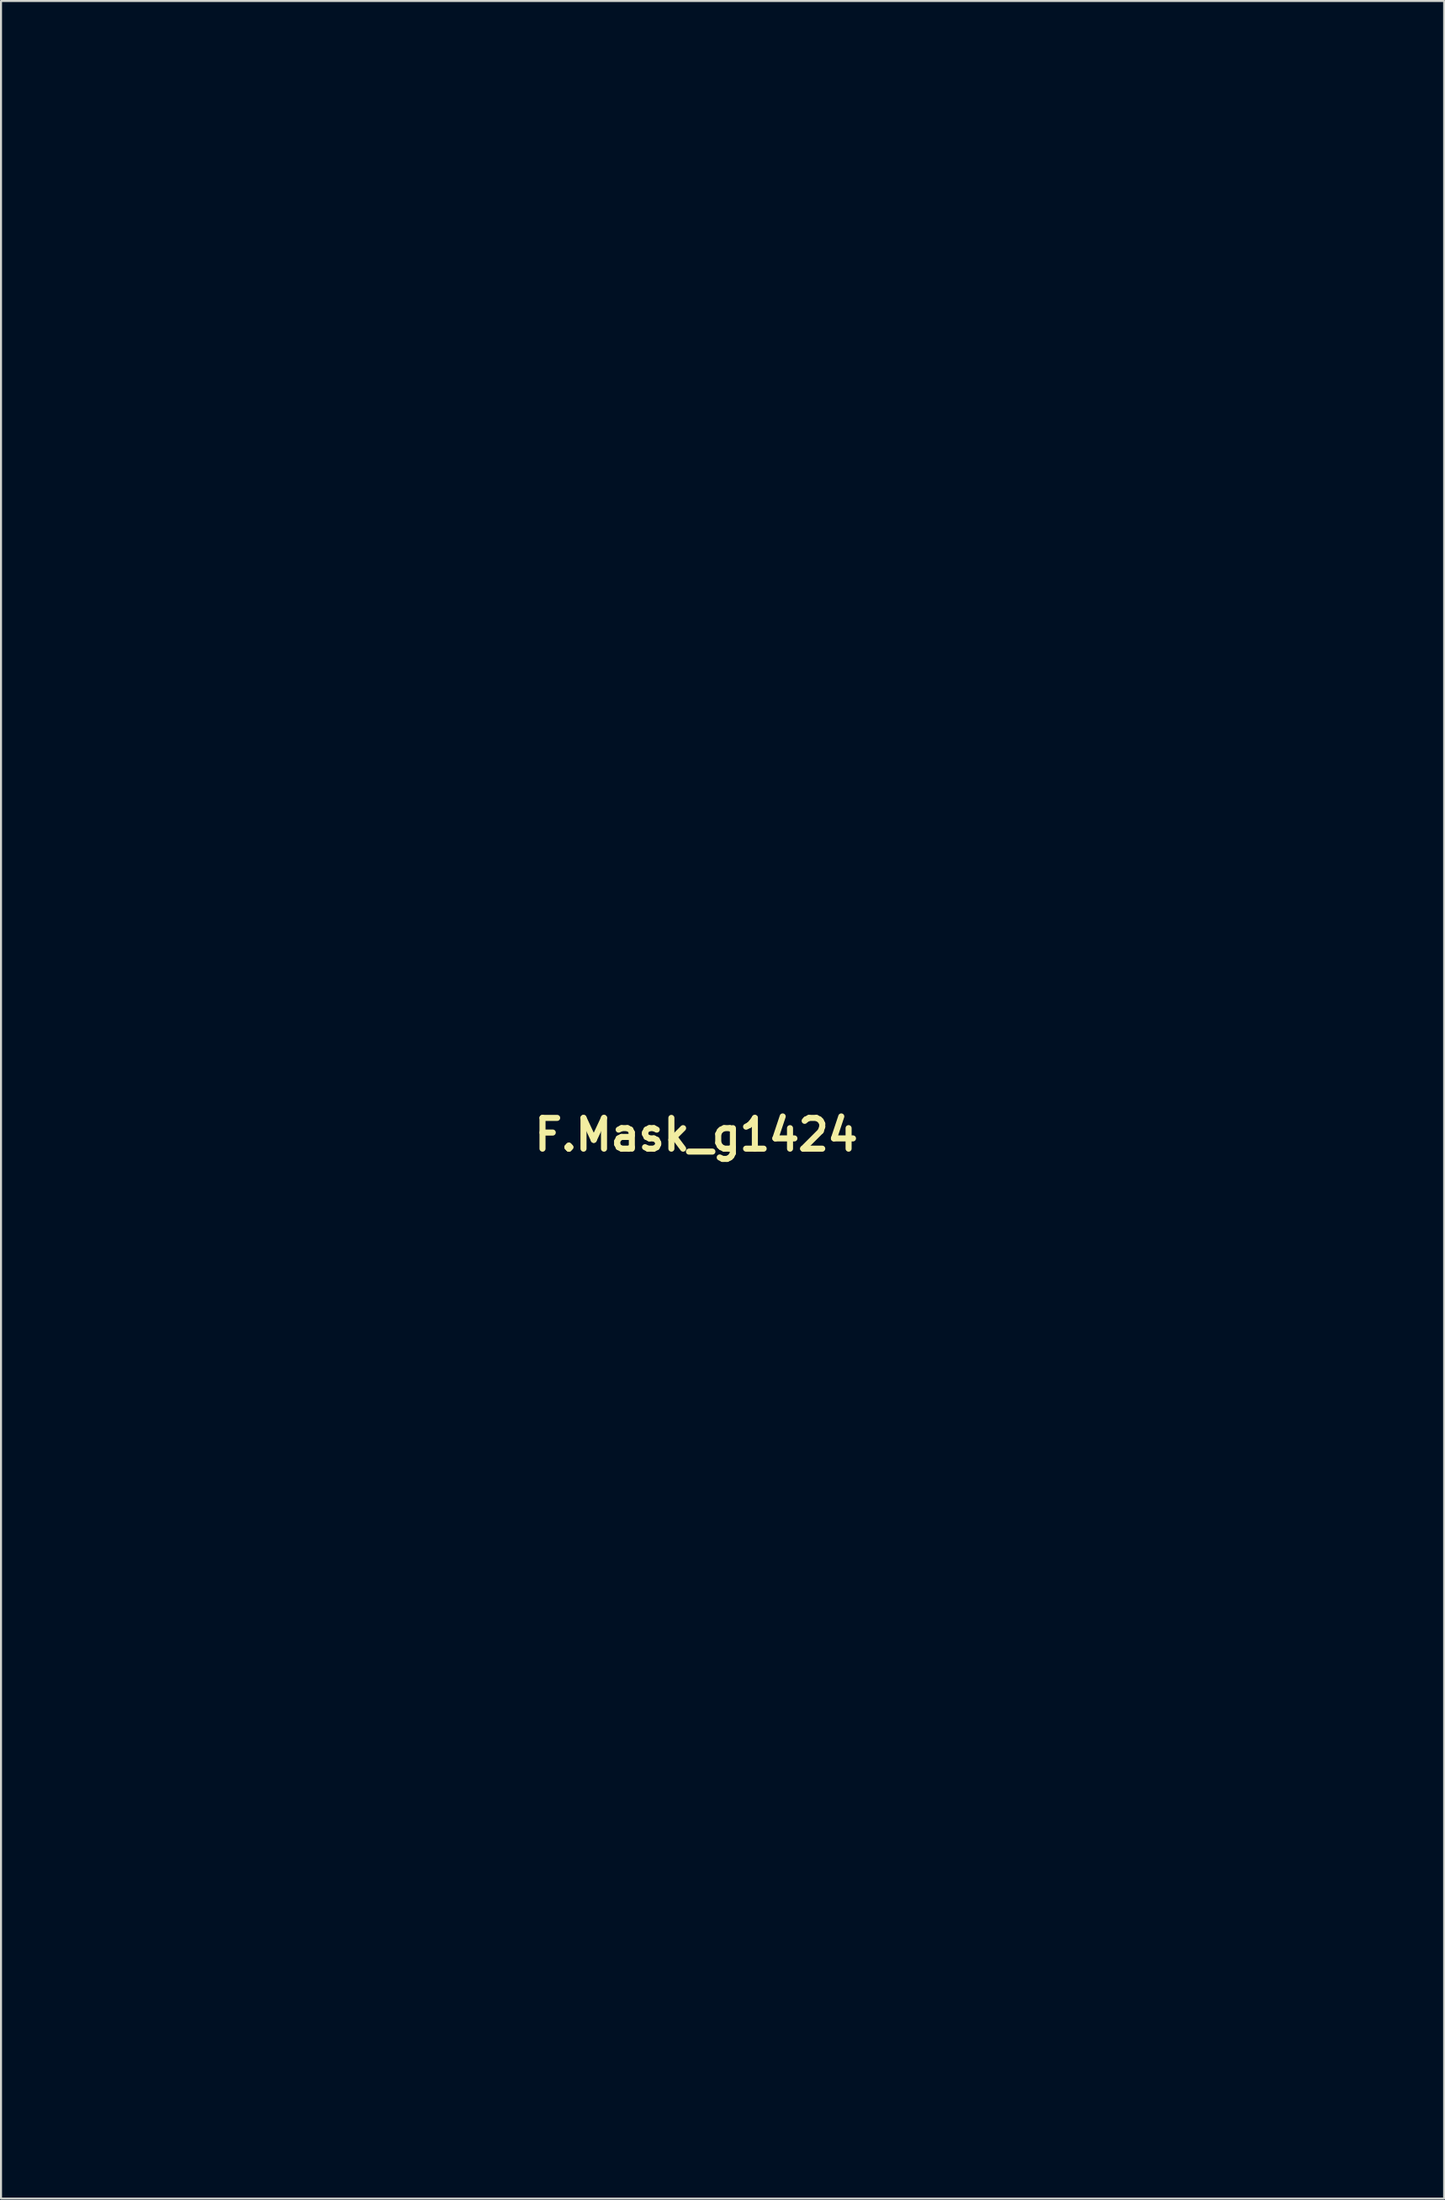
<source format=kicad_pcb>
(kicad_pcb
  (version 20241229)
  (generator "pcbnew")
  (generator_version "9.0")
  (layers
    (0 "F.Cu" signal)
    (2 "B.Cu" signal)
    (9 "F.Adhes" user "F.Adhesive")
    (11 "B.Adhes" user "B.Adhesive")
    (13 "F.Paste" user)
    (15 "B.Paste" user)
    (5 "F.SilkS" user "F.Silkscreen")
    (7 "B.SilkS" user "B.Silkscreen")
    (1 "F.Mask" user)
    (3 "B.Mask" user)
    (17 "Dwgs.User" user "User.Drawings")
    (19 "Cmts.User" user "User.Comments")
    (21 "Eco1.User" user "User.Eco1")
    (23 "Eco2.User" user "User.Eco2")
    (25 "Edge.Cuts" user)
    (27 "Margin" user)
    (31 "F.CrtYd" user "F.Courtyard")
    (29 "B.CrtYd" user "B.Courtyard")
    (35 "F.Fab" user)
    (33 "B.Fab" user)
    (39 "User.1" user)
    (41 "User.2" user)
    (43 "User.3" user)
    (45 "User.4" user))
  (footprint "F.Mask_g1424"
    (layer "F.Cu")
    (at 31.452 53.165)
    (property "Reference" "F.Mask_g1424" (at 0 0 0) (layer "F.SilkS") (effects (font (size 1.524 1.524) (thickness 0.3))))
    (attr through_hole)
    (fp_poly (pts (xy -0.538 -53.141) (xy -0.222 -53.087) (xy 0.088 -53) (xy 0.389 -52.88) (xy 0.676 -52.731) (xy 0.943 -52.553) (xy 1.187 -52.349) (xy 1.402 -52.119) (xy 1.469 -52.033) (xy 1.594 -51.853) (xy 1.704 -51.663) (xy 1.803 -51.455) (xy 1.895 -51.22) (xy 1.98 -50.962) (xy 2.02 -50.84) (xy 2.054 -50.75) (xy 2.088 -50.686) (xy 2.125 -50.637) (xy 2.128 -50.634) (xy 2.171 -50.59) (xy 2.209 -50.567) (xy 2.257 -50.559) (xy 2.322 -50.559) (xy 2.393 -50.566) (xy 2.491 -50.582) (xy 2.601 -50.605) (xy 2.692 -50.627) (xy 2.931 -50.685) (xy 3.149 -50.724) (xy 3.361 -50.746) (xy 3.584 -50.754) (xy 3.778 -50.751) (xy 3.963 -50.743) (xy 4.119 -50.729) (xy 4.26 -50.709) (xy 4.399 -50.679) (xy 4.548 -50.637) (xy 4.702 -50.589) (xy 5.029 -50.461) (xy 5.342 -50.298) (xy 5.648 -50.097) (xy 5.767 -50.007) (xy 5.896 -49.901) (xy 6.048 -49.767) (xy 6.217 -49.612) (xy 6.397 -49.439) (xy 6.584 -49.255) (xy 6.773 -49.064) (xy 6.959 -48.872) (xy 7.136 -48.683) (xy 7.299 -48.504) (xy 7.443 -48.338) (xy 7.472 -48.302) (xy 7.721 -47.991) (xy 7.949 -47.679) (xy 8.154 -47.368) (xy 8.335 -47.062) (xy 8.49 -46.766) (xy 8.617 -46.483) (xy 8.713 -46.216) (xy 8.777 -45.969) (xy 8.785 -45.923) (xy 8.796 -45.836) (xy 8.802 -45.722) (xy 8.803 -45.598) (xy 8.801 -45.528) (xy 8.792 -45.276) (xy 8.857 -45.266) (xy 9.099 -45.227) (xy 9.308 -45.191) (xy 9.49 -45.155) (xy 9.655 -45.118) (xy 9.81 -45.077) (xy 9.963 -45.031) (xy 10.085 -44.992) (xy 10.438 -44.857) (xy 10.76 -44.699) (xy 11.052 -44.515) (xy 11.316 -44.303) (xy 11.553 -44.062) (xy 11.767 -43.791) (xy 11.957 -43.486) (xy 12.126 -43.147) (xy 12.276 -42.772) (xy 12.317 -42.651) (xy 12.428 -42.283) (xy 12.528 -41.874) (xy 12.618 -41.427) (xy 12.696 -40.942) (xy 12.763 -40.419) (xy 12.819 -39.861) (xy 12.848 -39.497) (xy 12.857 -39.375) (xy 12.866 -39.255) (xy 12.874 -39.152) (xy 12.88 -39.075) (xy 12.881 -39.063) (xy 12.893 -38.936) (xy 13.458 -38.935) (xy 13.666 -38.934) (xy 13.84 -38.93) (xy 13.989 -38.923) (xy 14.121 -38.912) (xy 14.246 -38.896) (xy 14.372 -38.873) (xy 14.507 -38.843) (xy 14.657 -38.807) (xy 15.034 -38.69) (xy 15.391 -38.537) (xy 15.726 -38.348) (xy 16.039 -38.126) (xy 16.329 -37.869) (xy 16.595 -37.579) (xy 16.837 -37.258) (xy 17.055 -36.905) (xy 17.247 -36.522) (xy 17.412 -36.109) (xy 17.552 -35.668) (xy 17.663 -35.199) (xy 17.747 -34.704) (xy 17.757 -34.629) (xy 17.783 -34.411) (xy 17.802 -34.215) (xy 17.813 -34.03) (xy 17.817 -33.844) (xy 17.814 -33.649) (xy 17.805 -33.433) (xy 17.79 -33.185) (xy 17.789 -33.183) (xy 17.775 -32.955) (xy 17.767 -32.765) (xy 17.765 -32.607) (xy 17.77 -32.477) (xy 17.782 -32.37) (xy 17.801 -32.282) (xy 17.827 -32.208) (xy 17.84 -32.18) (xy 17.877 -32.117) (xy 17.92 -32.069) (xy 17.973 -32.036) (xy 18.041 -32.015) (xy 18.132 -32.007) (xy 18.249 -32.009) (xy 18.399 -32.021) (xy 18.531 -32.035) (xy 18.775 -32.058) (xy 18.986 -32.067) (xy 19.171 -32.06) (xy 19.336 -32.038) (xy 19.488 -32.001) (xy 19.537 -31.985) (xy 19.891 -31.844) (xy 20.236 -31.672) (xy 20.565 -31.473) (xy 20.87 -31.251) (xy 21.143 -31.012) (xy 21.178 -30.978) (xy 21.424 -30.711) (xy 21.648 -30.424) (xy 21.852 -30.112) (xy 22.035 -29.775) (xy 22.199 -29.411) (xy 22.345 -29.017) (xy 22.473 -28.591) (xy 22.584 -28.131) (xy 22.68 -27.636) (xy 22.757 -27.125) (xy 22.772 -27.007) (xy 22.784 -26.898) (xy 22.792 -26.79) (xy 22.799 -26.674) (xy 22.803 -26.543) (xy 22.805 -26.388) (xy 22.806 -26.201) (xy 22.806 -26.141) (xy 22.805 -25.922) (xy 22.803 -25.737) (xy 22.797 -25.577) (xy 22.787 -25.434) (xy 22.773 -25.3) (xy 22.753 -25.165) (xy 22.727 -25.021) (xy 22.694 -24.861) (xy 22.68 -24.797) (xy 22.652 -24.663) (xy 22.633 -24.565) (xy 22.624 -24.496) (xy 22.624 -24.45) (xy 22.634 -24.42) (xy 22.653 -24.401) (xy 22.669 -24.391) (xy 22.711 -24.378) (xy 22.784 -24.363) (xy 22.878 -24.346) (xy 22.976 -24.331) (xy 23.39 -24.259) (xy 23.775 -24.159) (xy 24.135 -24.03) (xy 24.474 -23.869) (xy 24.797 -23.676) (xy 24.811 -23.667) (xy 25.13 -23.429) (xy 25.42 -23.163) (xy 25.681 -22.87) (xy 25.911 -22.554) (xy 26.109 -22.219) (xy 26.273 -21.866) (xy 26.401 -21.5) (xy 26.493 -21.123) (xy 26.546 -20.738) (xy 26.559 -20.349) (xy 26.546 -20.103) (xy 26.524 -19.895) (xy 26.495 -19.7) (xy 26.456 -19.507) (xy 26.405 -19.309) (xy 26.339 -19.094) (xy 26.257 -18.853) (xy 26.238 -18.802) (xy 26.199 -18.671) (xy 26.185 -18.569) (xy 26.196 -18.491) (xy 26.232 -18.432) (xy 26.268 -18.402) (xy 26.333 -18.356) (xy 26.417 -18.301) (xy 26.513 -18.242) (xy 26.535 -18.229) (xy 26.893 -17.997) (xy 27.214 -17.743) (xy 27.501 -17.465) (xy 27.756 -17.163) (xy 27.979 -16.833) (xy 28.161 -16.499) (xy 28.318 -16.13) (xy 28.439 -15.746) (xy 28.521 -15.353) (xy 28.564 -14.955) (xy 28.566 -14.559) (xy 28.557 -14.417) (xy 28.53 -14.165) (xy 28.489 -13.925) (xy 28.433 -13.685) (xy 28.358 -13.428) (xy 28.323 -13.321) (xy 28.286 -13.209) (xy 28.255 -13.108) (xy 28.231 -13.027) (xy 28.217 -12.973) (xy 28.215 -12.958) (xy 28.223 -12.919) (xy 28.251 -12.876) (xy 28.3 -12.825) (xy 28.376 -12.762) (xy 28.482 -12.685) (xy 28.62 -12.589) (xy 28.621 -12.589) (xy 28.881 -12.407) (xy 29.114 -12.231) (xy 29.332 -12.05) (xy 29.545 -11.855) (xy 29.698 -11.706) (xy 30.031 -11.351) (xy 30.327 -10.988) (xy 30.591 -10.61) (xy 30.829 -10.21) (xy 30.943 -9.991) (xy 31.163 -9.505) (xy 31.342 -9.01) (xy 31.479 -8.507) (xy 31.575 -7.997) (xy 31.63 -7.479) (xy 31.643 -6.955) (xy 31.615 -6.425) (xy 31.545 -5.89) (xy 31.434 -5.351) (xy 31.281 -4.808) (xy 31.273 -4.784) (xy 31.235 -4.663) (xy 31.206 -4.563) (xy 31.189 -4.477) (xy 31.183 -4.398) (xy 31.19 -4.32) (xy 31.211 -4.236) (xy 31.247 -4.138) (xy 31.299 -4.02) (xy 31.368 -3.875) (xy 31.418 -3.772) (xy 31.555 -3.485) (xy 31.673 -3.228) (xy 31.776 -2.995) (xy 31.866 -2.778) (xy 31.945 -2.572) (xy 32.018 -2.369) (xy 32.085 -2.164) (xy 32.12 -2.051) (xy 32.25 -1.556) (xy 32.341 -1.071) (xy 32.392 -0.592) (xy 32.403 -0.116) (xy 32.374 0.361) (xy 32.32 0.768) (xy 32.291 0.946) (xy 32.269 1.096) (xy 32.254 1.229) (xy 32.244 1.358) (xy 32.238 1.494) (xy 32.236 1.651) (xy 32.236 1.749) (xy 32.239 1.97) (xy 32.249 2.188) (xy 32.266 2.407) (xy 32.293 2.632) (xy 32.328 2.867) (xy 32.374 3.118) (xy 32.431 3.388) (xy 32.5 3.683) (xy 32.581 4.008) (xy 32.675 4.366) (xy 32.701 4.46) (xy 32.761 4.688) (xy 32.808 4.885) (xy 32.844 5.06) (xy 32.87 5.223) (xy 32.888 5.383) (xy 32.898 5.549) (xy 32.902 5.731) (xy 32.903 5.81) (xy 32.902 5.978) (xy 32.899 6.112) (xy 32.893 6.22) (xy 32.883 6.311) (xy 32.869 6.392) (xy 32.865 6.413) (xy 32.772 6.755) (xy 32.643 7.077) (xy 32.475 7.382) (xy 32.368 7.542) (xy 32.308 7.626) (xy 32.271 7.682) (xy 32.253 7.718) (xy 32.252 7.741) (xy 32.263 7.756) (xy 32.267 7.759) (xy 32.383 7.852) (xy 32.517 7.97) (xy 32.661 8.108) (xy 32.807 8.257) (xy 32.948 8.41) (xy 33.077 8.559) (xy 33.097 8.583) (xy 33.345 8.921) (xy 33.557 9.276) (xy 33.733 9.647) (xy 33.871 10.029) (xy 33.971 10.42) (xy 34.031 10.818) (xy 34.053 11.219) (xy 34.033 11.621) (xy 33.973 12.02) (xy 33.959 12.085) (xy 33.852 12.469) (xy 33.704 12.847) (xy 33.517 13.215) (xy 33.291 13.573) (xy 33.029 13.918) (xy 32.73 14.247) (xy 32.407 14.552) (xy 32.195 14.736) (xy 32.287 14.856) (xy 32.355 14.948) (xy 32.438 15.067) (xy 32.529 15.202) (xy 32.623 15.345) (xy 32.713 15.484) (xy 32.791 15.611) (xy 32.827 15.671) (xy 33.067 16.112) (xy 33.264 16.55) (xy 33.419 16.983) (xy 33.533 17.412) (xy 33.604 17.837) (xy 33.633 18.257) (xy 33.621 18.673) (xy 33.566 19.085) (xy 33.469 19.492) (xy 33.33 19.894) (xy 33.156 20.278) (xy 32.95 20.646) (xy 32.704 21.014) (xy 32.422 21.38) (xy 32.105 21.74) (xy 31.758 22.09) (xy 31.383 22.427) (xy 31.321 22.479) (xy 31.252 22.539) (xy 31.198 22.591) (xy 31.164 22.627) (xy 31.157 22.64) (xy 31.165 22.668) (xy 31.187 22.726) (xy 31.219 22.806) (xy 31.258 22.9) (xy 31.261 22.905) (xy 31.424 23.335) (xy 31.548 23.771) (xy 31.632 24.206) (xy 31.645 24.305) (xy 31.659 24.472) (xy 31.665 24.665) (xy 31.662 24.875) (xy 31.653 25.087) (xy 31.636 25.291) (xy 31.613 25.473) (xy 31.594 25.581) (xy 31.491 25.972) (xy 31.351 26.345) (xy 31.173 26.701) (xy 30.958 27.041) (xy 30.703 27.366) (xy 30.409 27.676) (xy 30.128 27.93) (xy 30.006 28.034) (xy 29.914 28.116) (xy 29.849 28.185) (xy 29.807 28.246) (xy 29.787 28.305) (xy 29.785 28.369) (xy 29.798 28.444) (xy 29.823 28.536) (xy 29.835 28.577) (xy 29.934 28.926) (xy 30.009 29.252) (xy 30.064 29.567) (xy 30.098 29.882) (xy 30.115 30.209) (xy 30.115 30.559) (xy 30.114 30.594) (xy 30.096 30.967) (xy 30.058 31.321) (xy 29.999 31.666) (xy 29.916 32.013) (xy 29.807 32.374) (xy 29.736 32.58) (xy 29.61 32.934) (xy 29.682 33.099) (xy 29.823 33.464) (xy 29.926 33.829) (xy 29.99 34.196) (xy 30.014 34.566) (xy 30 34.941) (xy 29.946 35.323) (xy 29.854 35.714) (xy 29.722 36.115) (xy 29.55 36.529) (xy 29.463 36.712) (xy 29.402 36.836) (xy 29.337 36.962) (xy 29.266 37.094) (xy 29.187 37.238) (xy 29.096 37.397) (xy 28.992 37.577) (xy 28.871 37.783) (xy 28.732 38.018) (xy 28.701 38.069) (xy 28.605 38.231) (xy 28.519 38.376) (xy 28.441 38.51) (xy 28.367 38.639) (xy 28.295 38.768) (xy 28.219 38.905) (xy 28.138 39.054) (xy 28.047 39.223) (xy 27.944 39.418) (xy 27.825 39.643) (xy 27.65 39.962) (xy 27.483 40.245) (xy 27.32 40.496) (xy 27.155 40.719) (xy 26.987 40.92) (xy 26.81 41.102) (xy 26.621 41.27) (xy 26.417 41.429) (xy 26.193 41.583) (xy 26.162 41.603) (xy 26.046 41.677) (xy 25.962 41.73) (xy 25.905 41.761) (xy 25.87 41.769) (xy 25.852 41.755) (xy 25.848 41.718) (xy 25.851 41.659) (xy 25.857 41.59) (xy 25.863 41.486) (xy 25.868 41.346) (xy 25.871 41.18) (xy 25.873 40.993) (xy 25.873 40.794) (xy 25.872 40.589) (xy 25.869 40.387) (xy 25.866 40.195) (xy 25.861 40.02) (xy 25.854 39.87) (xy 25.847 39.752) (xy 25.847 39.751) (xy 25.815 39.386) (xy 25.777 39.027) (xy 25.732 38.656) (xy 25.715 38.518) (xy 25.667 38.164) (xy 25.617 38.328) (xy 25.397 39.025) (xy 25.17 39.698) (xy 24.939 40.345) (xy 24.704 40.959) (xy 24.467 41.538) (xy 24.326 41.864) (xy 24.257 42.018) (xy 24.17 42.202) (xy 24.07 42.412) (xy 23.959 42.64) (xy 23.841 42.881) (xy 23.717 43.128) (xy 23.593 43.376) (xy 23.47 43.617) (xy 23.352 43.847) (xy 23.241 44.058) (xy 23.142 44.245) (xy 23.061 44.393) (xy 22.732 44.969) (xy 22.408 45.507) (xy 22.084 46.011) (xy 21.759 46.485) (xy 21.43 46.933) (xy 21.094 47.358) (xy 20.748 47.765) (xy 20.675 47.848) (xy 20.59 47.941) (xy 20.485 48.052) (xy 20.365 48.176) (xy 20.235 48.309) (xy 20.1 48.445) (xy 19.965 48.579) (xy 19.836 48.706) (xy 19.716 48.821) (xy 19.612 48.919) (xy 19.529 48.995) (xy 19.484 49.034) (xy 19.446 49.065) (xy 19.417 49.085) (xy 19.392 49.091) (xy 19.368 49.079) (xy 19.34 49.045) (xy 19.306 48.986) (xy 19.26 48.898) (xy 19.2 48.777) (xy 19.179 48.736) (xy 19.099 48.568) (xy 19.029 48.407) (xy 18.97 48.248) (xy 18.92 48.086) (xy 18.878 47.916) (xy 18.844 47.734) (xy 18.817 47.534) (xy 18.795 47.313) (xy 18.778 47.065) (xy 18.765 46.785) (xy 18.756 46.47) (xy 18.754 46.376) (xy 18.75 46.219) (xy 18.746 46.077) (xy 18.743 45.946) (xy 18.738 45.821) (xy 18.733 45.701) (xy 18.726 45.58) (xy 18.718 45.454) (xy 18.709 45.321) (xy 18.697 45.176) (xy 18.683 45.016) (xy 18.666 44.836) (xy 18.646 44.633) (xy 18.623 44.403) (xy 18.597 44.143) (xy 18.566 43.848) (xy 18.532 43.514) (xy 18.531 43.508) (xy 18.483 43.04) (xy 18.44 42.611) (xy 18.401 42.216) (xy 18.366 41.852) (xy 18.335 41.516) (xy 18.309 41.203) (xy 18.285 40.911) (xy 18.265 40.634) (xy 18.248 40.37) (xy 18.233 40.116) (xy 18.221 39.866) (xy 18.211 39.618) (xy 18.203 39.368) (xy 18.197 39.112) (xy 18.192 38.847) (xy 18.189 38.569) (xy 18.188 38.537) (xy 18.177 37.397) (xy 18.221 37.411) (xy 18.247 37.421) (xy 18.309 37.447) (xy 18.404 37.486) (xy 18.529 37.538) (xy 18.681 37.602) (xy 18.857 37.675) (xy 19.054 37.758) (xy 19.27 37.849) (xy 19.5 37.945) (xy 19.743 38.047) (xy 19.868 38.1) (xy 20.115 38.204) (xy 20.35 38.303) (xy 20.571 38.395) (xy 20.775 38.48) (xy 20.958 38.556) (xy 21.119 38.622) (xy 21.254 38.678) (xy 21.36 38.721) (xy 21.435 38.75) (xy 21.475 38.765) (xy 21.481 38.766) (xy 21.469 38.75) (xy 21.43 38.707) (xy 21.369 38.642) (xy 21.288 38.558) (xy 21.191 38.46) (xy 21.082 38.35) (xy 21.037 38.305) (xy 20.873 38.142) (xy 20.723 37.998) (xy 20.583 37.867) (xy 20.443 37.743) (xy 20.297 37.618) (xy 20.137 37.487) (xy 19.957 37.344) (xy 19.775 37.202) (xy 19.512 36.991) (xy 19.287 36.792) (xy 19.094 36.602) (xy 18.933 36.417) (xy 18.799 36.235) (xy 18.69 36.051) (xy 18.603 35.863) (xy 18.601 35.859) (xy 18.547 35.71) (xy 18.511 35.57) (xy 18.49 35.426) (xy 18.482 35.264) (xy 18.485 35.115) (xy 18.495 34.937) (xy 18.516 34.779) (xy 18.55 34.628) (xy 18.601 34.47) (xy 18.671 34.292) (xy 18.745 34.076) (xy 18.795 33.845) (xy 18.826 33.682) (xy 18.858 33.553) (xy 18.896 33.449) (xy 18.942 33.361) (xy 19.001 33.282) (xy 19.047 33.231) (xy 19.166 33.107) (xy 21.05 33.265) (xy 21.403 33.295) (xy 21.717 33.32) (xy 21.996 33.343) (xy 22.245 33.362) (xy 22.466 33.379) (xy 22.664 33.393) (xy 22.842 33.405) (xy 23.004 33.415) (xy 23.154 33.423) (xy 23.296 33.43) (xy 23.432 33.435) (xy 23.568 33.44) (xy 23.633 33.441) (xy 23.8 33.446) (xy 23.953 33.449) (xy 24.088 33.452) (xy 24.198 33.454) (xy 24.279 33.455) (xy 24.326 33.456) (xy 24.336 33.455) (xy 24.32 33.446) (xy 24.266 33.425) (xy 24.177 33.392) (xy 24.057 33.35) (xy 23.908 33.297) (xy 23.732 33.237) (xy 23.534 33.169) (xy 23.315 33.095) (xy 23.078 33.016) (xy 22.827 32.932) (xy 22.712 32.894) (xy 22.346 32.772) (xy 22.017 32.661) (xy 21.72 32.558) (xy 21.45 32.463) (xy 21.204 32.374) (xy 20.976 32.289) (xy 20.763 32.207) (xy 20.561 32.126) (xy 20.364 32.044) (xy 20.235 31.989) (xy 20.152 31.952) (xy 20.048 31.904) (xy 19.931 31.848) (xy 19.805 31.788) (xy 19.679 31.726) (xy 19.556 31.666) (xy 19.445 31.61) (xy 19.351 31.562) (xy 19.28 31.524) (xy 19.239 31.5) (xy 19.231 31.495) (xy 19.224 31.466) (xy 19.222 31.401) (xy 19.224 31.307) (xy 19.229 31.191) (xy 19.238 31.058) (xy 19.249 30.915) (xy 19.263 30.769) (xy 19.278 30.627) (xy 19.295 30.493) (xy 19.312 30.376) (xy 19.314 30.364) (xy 19.337 30.234) (xy 19.367 30.077) (xy 19.4 29.909) (xy 19.433 29.744) (xy 19.454 29.644) (xy 19.504 29.406) (xy 19.549 29.185) (xy 19.587 28.988) (xy 19.618 28.818) (xy 19.641 28.68) (xy 19.654 28.59) (xy 19.669 28.467) (xy 19.947 28.478) (xy 20.069 28.483) (xy 20.217 28.489) (xy 20.377 28.494) (xy 20.533 28.499) (xy 20.595 28.501) (xy 21.234 28.532) (xy 21.877 28.583) (xy 22.515 28.653) (xy 23.141 28.742) (xy 23.746 28.848) (xy 24.32 28.97) (xy 24.404 28.989) (xy 24.526 29.019) (xy 24.646 29.05) (xy 24.751 29.078) (xy 24.831 29.1) (xy 24.845 29.105) (xy 24.953 29.134) (xy 25.024 29.145) (xy 25.058 29.138) (xy 25.061 29.129) (xy 25.043 29.114) (xy 24.994 29.094) (xy 24.939 29.077) (xy 24.899 29.063) (xy 24.823 29.034) (xy 24.716 28.991) (xy 24.58 28.936) (xy 24.42 28.871) (xy 24.239 28.796) (xy 24.04 28.713) (xy 23.828 28.624) (xy 23.605 28.531) (xy 23.505 28.489) (xy 23.243 28.378) (xy 22.963 28.259) (xy 22.671 28.136) (xy 22.375 28.011) (xy 22.083 27.888) (xy 21.802 27.77) (xy 21.54 27.66) (xy 21.305 27.561) (xy 21.167 27.503) (xy 20.897 27.389) (xy 20.666 27.29) (xy 20.475 27.207) (xy 20.323 27.139) (xy 20.211 27.086) (xy 20.138 27.048) (xy 20.104 27.026) (xy 20.103 27.024) (xy 20.056 26.951) (xy 20.005 26.852) (xy 19.957 26.743) (xy 19.919 26.637) (xy 19.908 26.597) (xy 19.88 26.422) (xy 19.882 26.233) (xy 19.916 26.028) (xy 19.982 25.801) (xy 20.025 25.683) (xy 20.104 25.477) (xy 20.165 25.306) (xy 20.212 25.165) (xy 20.244 25.05) (xy 20.263 24.957) (xy 20.268 24.92) (xy 20.279 24.848) (xy 20.293 24.794) (xy 20.306 24.771) (xy 20.33 24.769) (xy 20.394 24.767) (xy 20.494 24.764) (xy 20.629 24.762) (xy 20.795 24.759) (xy 20.99 24.757) (xy 21.21 24.754) (xy 21.455 24.751) (xy 21.72 24.749) (xy 22.002 24.746) (xy 22.3 24.744) (xy 22.611 24.742) (xy 22.701 24.741) (xy 23.137 24.738) (xy 23.534 24.735) (xy 23.894 24.732) (xy 24.221 24.728) (xy 24.518 24.724) (xy 24.788 24.72) (xy 25.034 24.716) (xy 25.259 24.71) (xy 25.466 24.705) (xy 25.657 24.698) (xy 25.837 24.691) (xy 26.008 24.683) (xy 26.173 24.674) (xy 26.335 24.664) (xy 26.497 24.653) (xy 26.575 24.648) (xy 26.759 24.633) (xy 26.951 24.617) (xy 27.146 24.599) (xy 27.339 24.58) (xy 27.527 24.56) (xy 27.704 24.54) (xy 27.867 24.521) (xy 28.01 24.503) (xy 28.13 24.486) (xy 28.223 24.471) (xy 28.283 24.458) (xy 28.306 24.449) (xy 28.306 24.447) (xy 28.294 24.441) (xy 28.26 24.427) (xy 28.205 24.403) (xy 28.127 24.371) (xy 28.026 24.328) (xy 27.9 24.276) (xy 27.748 24.213) (xy 27.571 24.14) (xy 27.366 24.056) (xy 27.134 23.96) (xy 26.873 23.852) (xy 26.583 23.733) (xy 26.262 23.601) (xy 25.911 23.456) (xy 25.527 23.298) (xy 25.11 23.127) (xy 24.66 22.942) (xy 24.176 22.743) (xy 23.656 22.529) (xy 23.1 22.301) (xy 22.507 22.058) (xy 21.876 21.798) (xy 21.461 21.628) (xy 20.898 21.397) (xy 20.884 21.109) (xy 20.872 20.71) (xy 20.877 20.345) (xy 20.899 20.011) (xy 20.939 19.701) (xy 20.998 19.412) (xy 21.077 19.139) (xy 21.176 18.876) (xy 21.274 18.664) (xy 21.313 18.587) (xy 21.344 18.527) (xy 21.363 18.491) (xy 21.366 18.484) (xy 21.387 18.481) (xy 21.447 18.471) (xy 21.541 18.456) (xy 21.668 18.436) (xy 21.823 18.413) (xy 22.003 18.385) (xy 22.205 18.354) (xy 22.426 18.321) (xy 22.661 18.285) (xy 22.85 18.256) (xy 23.121 18.215) (xy 23.426 18.169) (xy 23.758 18.119) (xy 24.109 18.065) (xy 24.472 18.009) (xy 24.84 17.953) (xy 25.205 17.897) (xy 25.56 17.843) (xy 25.896 17.791) (xy 26.13 17.755) (xy 26.453 17.705) (xy 26.736 17.661) (xy 26.983 17.624) (xy 27.198 17.591) (xy 27.382 17.564) (xy 27.539 17.542) (xy 27.672 17.523) (xy 27.784 17.509) (xy 27.877 17.498) (xy 27.955 17.49) (xy 28.02 17.484) (xy 28.076 17.481) (xy 28.125 17.48) (xy 28.163 17.48) (xy 28.398 17.484) (xy 28.46 17.419) (xy 28.522 17.354) (xy 28.46 17.377) (xy 28.417 17.386) (xy 28.354 17.387) (xy 28.27 17.378) (xy 28.161 17.358) (xy 28.025 17.329) (xy 27.859 17.288) (xy 27.659 17.235) (xy 27.424 17.17) (xy 27.294 17.134) (xy 26.694 16.962) (xy 26.131 16.799) (xy 25.604 16.644) (xy 25.109 16.495) (xy 24.643 16.352) (xy 24.203 16.215) (xy 23.787 16.081) (xy 23.39 15.95) (xy 23.011 15.822) (xy 22.765 15.736) (xy 22.598 15.678) (xy 22.432 15.619) (xy 22.274 15.562) (xy 22.128 15.508) (xy 21.998 15.46) (xy 21.89 15.42) (xy 21.809 15.388) (xy 21.759 15.367) (xy 21.746 15.36) (xy 21.743 15.336) (xy 21.744 15.276) (xy 21.748 15.186) (xy 21.754 15.071) (xy 21.762 14.937) (xy 21.772 14.791) (xy 21.783 14.638) (xy 21.795 14.485) (xy 21.807 14.336) (xy 21.814 14.266) (xy 21.878 13.696) (xy 21.965 13.158) (xy 22.075 12.649) (xy 22.139 12.4) (xy 22.168 12.3) (xy 22.202 12.187) (xy 22.24 12.066) (xy 22.279 11.946) (xy 22.316 11.834) (xy 22.35 11.736) (xy 22.377 11.661) (xy 22.396 11.616) (xy 22.402 11.605) (xy 22.424 11.601) (xy 22.483 11.592) (xy 22.576 11.578) (xy 22.698 11.559) (xy 22.846 11.538) (xy 23.014 11.513) (xy 23.199 11.486) (xy 23.37 11.462) (xy 23.587 11.43) (xy 23.81 11.398) (xy 24.03 11.366) (xy 24.239 11.334) (xy 24.432 11.305) (xy 24.6 11.279) (xy 24.737 11.258) (xy 24.786 11.25) (xy 25.407 11.141) (xy 25.989 11.023) (xy 26.534 10.895) (xy 27.043 10.757) (xy 27.521 10.608) (xy 27.968 10.447) (xy 28.386 10.274) (xy 28.779 10.087) (xy 28.892 10.029) (xy 29.016 9.967) (xy 29.156 9.9) (xy 29.293 9.839) (xy 29.379 9.803) (xy 29.481 9.761) (xy 29.55 9.731) (xy 29.593 9.707) (xy 29.616 9.685) (xy 29.626 9.662) (xy 29.629 9.641) (xy 29.629 9.584) (xy 29.611 9.543) (xy 29.57 9.515) (xy 29.5 9.495) (xy 29.395 9.481) (xy 29.367 9.479) (xy 29.309 9.472) (xy 29.213 9.46) (xy 29.084 9.444) (xy 28.925 9.422) (xy 28.743 9.398) (xy 28.539 9.369) (xy 28.32 9.339) (xy 28.088 9.306) (xy 27.85 9.272) (xy 27.824 9.268) (xy 27.59 9.235) (xy 27.321 9.196) (xy 27.023 9.153) (xy 26.702 9.107) (xy 26.364 9.058) (xy 26.015 9.008) (xy 25.663 8.958) (xy 25.312 8.907) (xy 24.969 8.858) (xy 24.642 8.811) (xy 24.543 8.797) (xy 22.595 8.517) (xy 22.558 8.286) (xy 22.544 8.201) (xy 22.525 8.083) (xy 22.502 7.94) (xy 22.476 7.781) (xy 22.449 7.614) (xy 22.426 7.472) (xy 22.369 7.115) (xy 22.321 6.794) (xy 22.282 6.507) (xy 22.252 6.247) (xy 22.23 6.011) (xy 22.215 5.795) (xy 22.208 5.594) (xy 22.207 5.404) (xy 22.208 5.347) (xy 22.214 5.054) (xy 22.606 4.908) (xy 22.695 4.875) (xy 22.82 4.831) (xy 22.976 4.777) (xy 23.158 4.714) (xy 23.361 4.644) (xy 23.581 4.569) (xy 23.814 4.49) (xy 24.054 4.409) (xy 24.297 4.328) (xy 24.353 4.309) (xy 24.716 4.187) (xy 25.056 4.072) (xy 25.372 3.964) (xy 25.661 3.864) (xy 25.921 3.772) (xy 26.151 3.69) (xy 26.348 3.617) (xy 26.51 3.556) (xy 26.636 3.505) (xy 26.718 3.47) (xy 26.808 3.428) (xy 26.494 3.44) (xy 26.342 3.447) (xy 26.187 3.456) (xy 26.025 3.468) (xy 25.851 3.483) (xy 25.662 3.501) (xy 25.452 3.524) (xy 25.217 3.552) (xy 24.954 3.584) (xy 24.657 3.622) (xy 24.352 3.662) (xy 24.08 3.698) (xy 23.843 3.728) (xy 23.634 3.755) (xy 23.445 3.777) (xy 23.272 3.796) (xy 23.105 3.813) (xy 22.938 3.828) (xy 22.765 3.842) (xy 22.578 3.856) (xy 22.371 3.87) (xy 22.181 3.883) (xy 22.042 3.892) (xy 21.976 3.708) (xy 21.924 3.556) (xy 21.878 3.408) (xy 21.839 3.26) (xy 21.804 3.103) (xy 21.773 2.933) (xy 21.744 2.743) (xy 21.716 2.525) (xy 21.687 2.275) (xy 21.673 2.143) (xy 21.645 1.874) (xy 21.618 1.642) (xy 21.591 1.441) (xy 21.563 1.266) (xy 21.534 1.112) (xy 21.502 0.973) (xy 21.467 0.844) (xy 21.427 0.719) (xy 21.381 0.594) (xy 21.381 0.593) (xy 21.356 0.524) (xy 21.347 0.475) (xy 21.352 0.425) (xy 21.37 0.36) (xy 21.451 0.153) (xy 21.57 -0.039) (xy 21.722 -0.21) (xy 21.904 -0.355) (xy 21.927 -0.37) (xy 21.975 -0.399) (xy 22.056 -0.443) (xy 22.166 -0.502) (xy 22.3 -0.572) (xy 22.454 -0.652) (xy 22.622 -0.738) (xy 22.801 -0.829) (xy 22.934 -0.896) (xy 23.269 -1.065) (xy 23.586 -1.226) (xy 23.882 -1.377) (xy 24.157 -1.518) (xy 24.408 -1.648) (xy 24.635 -1.766) (xy 24.835 -1.872) (xy 25.008 -1.964) (xy 25.15 -2.042) (xy 25.262 -2.105) (xy 25.341 -2.152) (xy 25.385 -2.182) (xy 25.394 -2.195) (xy 25.389 -2.195) (xy 25.338 -2.185) (xy 25.251 -2.164) (xy 25.133 -2.132) (xy 24.988 -2.092) (xy 24.82 -2.043) (xy 24.634 -1.988) (xy 24.435 -1.929) (xy 24.226 -1.865) (xy 24.013 -1.799) (xy 23.806 -1.733) (xy 23.528 -1.645) (xy 23.283 -1.569) (xy 23.066 -1.504) (xy 22.872 -1.448) (xy 22.693 -1.4) (xy 22.524 -1.358) (xy 22.359 -1.322) (xy 22.192 -1.289) (xy 22.017 -1.258) (xy 21.828 -1.228) (xy 21.619 -1.198) (xy 21.47 -1.177) (xy 21.403 -1.167) (xy 21.297 -1.425) (xy 21.196 -1.689) (xy 21.106 -1.957) (xy 21.028 -2.234) (xy 20.958 -2.528) (xy 20.896 -2.844) (xy 20.84 -3.19) (xy 20.789 -3.571) (xy 20.786 -3.598) (xy 20.753 -3.863) (xy 20.726 -4.089) (xy 20.702 -4.282) (xy 20.681 -4.446) (xy 20.663 -4.584) (xy 20.648 -4.701) (xy 20.634 -4.801) (xy 20.622 -4.889) (xy 20.61 -4.969) (xy 20.598 -5.044) (xy 20.585 -5.119) (xy 20.585 -5.122) (xy 20.565 -5.237) (xy 20.547 -5.341) (xy 20.532 -5.427) (xy 20.522 -5.483) (xy 20.52 -5.494) (xy 20.518 -5.506) (xy 20.519 -5.518) (xy 20.525 -5.533) (xy 20.538 -5.552) (xy 20.56 -5.577) (xy 20.592 -5.609) (xy 20.638 -5.651) (xy 20.698 -5.705) (xy 20.776 -5.771) (xy 20.872 -5.852) (xy 20.989 -5.949) (xy 21.13 -6.065) (xy 21.295 -6.2) (xy 21.488 -6.358) (xy 21.709 -6.538) (xy 21.921 -6.711) (xy 22.134 -6.885) (xy 22.338 -7.051) (xy 22.531 -7.208) (xy 22.709 -7.354) (xy 22.872 -7.486) (xy 23.016 -7.603) (xy 23.138 -7.703) (xy 23.237 -7.783) (xy 23.31 -7.842) (xy 23.354 -7.878) (xy 23.367 -7.889) (xy 23.376 -7.904) (xy 23.351 -7.907) (xy 23.295 -7.898) (xy 23.215 -7.878) (xy 23.115 -7.849) (xy 23.029 -7.821) (xy 22.799 -7.742) (xy 22.588 -7.671) (xy 22.4 -7.608) (xy 22.241 -7.556) (xy 22.142 -7.524) (xy 22.053 -7.493) (xy 21.94 -7.449) (xy 21.817 -7.398) (xy 21.697 -7.345) (xy 21.687 -7.341) (xy 21.445 -7.236) (xy 21.229 -7.158) (xy 21.035 -7.105) (xy 20.855 -7.076) (xy 20.685 -7.071) (xy 20.518 -7.089) (xy 20.349 -7.129) (xy 20.305 -7.142) (xy 20.22 -7.17) (xy 20.168 -7.192) (xy 20.139 -7.213) (xy 20.125 -7.24) (xy 20.119 -7.266) (xy 20.113 -7.296) (xy 20.102 -7.365) (xy 20.084 -7.47) (xy 20.061 -7.608) (xy 20.033 -7.776) (xy 20.001 -7.97) (xy 19.964 -8.188) (xy 19.924 -8.427) (xy 19.881 -8.684) (xy 19.836 -8.956) (xy 19.789 -9.24) (xy 19.772 -9.341) (xy 19.437 -11.349) (xy 20.821 -12.63) (xy 21.025 -12.82) (xy 21.22 -13.001) (xy 21.404 -13.172) (xy 21.575 -13.33) (xy 21.729 -13.474) (xy 21.866 -13.601) (xy 21.983 -13.71) (xy 22.077 -13.799) (xy 22.147 -13.864) (xy 22.19 -13.905) (xy 22.204 -13.919) (xy 22.203 -13.921) (xy 22.201 -13.922) (xy 22.193 -13.92) (xy 22.177 -13.915) (xy 22.152 -13.905) (xy 22.113 -13.889) (xy 22.059 -13.867) (xy 21.987 -13.836) (xy 21.895 -13.797) (xy 21.779 -13.748) (xy 21.638 -13.687) (xy 21.468 -13.614) (xy 21.267 -13.528) (xy 21.033 -13.427) (xy 20.762 -13.311) (xy 20.743 -13.303) (xy 20.516 -13.206) (xy 20.3 -13.113) (xy 20.098 -13.026) (xy 19.914 -12.947) (xy 19.751 -12.877) (xy 19.611 -12.817) (xy 19.499 -12.769) (xy 19.417 -12.734) (xy 19.368 -12.713) (xy 19.356 -12.708) (xy 19.332 -12.719) (xy 19.292 -12.762) (xy 19.24 -12.829) (xy 19.181 -12.914) (xy 19.119 -13.011) (xy 19.058 -13.114) (xy 19.002 -13.216) (xy 18.991 -13.24) (xy 18.927 -13.376) (xy 18.865 -13.523) (xy 18.804 -13.689) (xy 18.74 -13.879) (xy 18.671 -14.102) (xy 18.636 -14.221) (xy 18.558 -14.481) (xy 18.487 -14.705) (xy 18.421 -14.896) (xy 18.357 -15.06) (xy 18.295 -15.2) (xy 18.232 -15.323) (xy 18.166 -15.431) (xy 18.114 -15.505) (xy 18.064 -15.577) (xy 18.034 -15.634) (xy 18.018 -15.694) (xy 18.008 -15.776) (xy 18.007 -15.791) (xy 17.986 -15.946) (xy 17.947 -16.073) (xy 17.885 -16.182) (xy 17.806 -16.273) (xy 17.753 -16.329) (xy 17.714 -16.372) (xy 17.696 -16.396) (xy 17.695 -16.397) (xy 17.707 -16.419) (xy 17.738 -16.462) (xy 17.761 -16.491) (xy 17.826 -16.573) (xy 17.616 -16.573) (xy 17.606 -16.681) (xy 17.596 -16.736) (xy 17.573 -16.805) (xy 17.536 -16.895) (xy 17.483 -17.011) (xy 17.413 -17.152) (xy 17.323 -17.337) (xy 17.255 -17.493) (xy 17.208 -17.628) (xy 17.179 -17.747) (xy 17.167 -17.857) (xy 17.17 -17.965) (xy 17.18 -18.04) (xy 17.187 -18.066) (xy 17.203 -18.098) (xy 17.231 -18.139) (xy 17.272 -18.193) (xy 17.33 -18.262) (xy 17.408 -18.351) (xy 17.509 -18.463) (xy 17.634 -18.601) (xy 17.693 -18.665) (xy 17.985 -18.985) (xy 18.249 -19.277) (xy 18.486 -19.541) (xy 18.694 -19.777) (xy 18.872 -19.984) (xy 18.987 -20.119) (xy 19.14 -20.306) (xy 19.298 -20.508) (xy 19.457 -20.718) (xy 19.611 -20.929) (xy 19.755 -21.133) (xy 19.885 -21.325) (xy 19.995 -21.497) (xy 20.056 -21.598) (xy 20.115 -21.7) (xy 20.043 -21.664) (xy 19.988 -21.632) (xy 19.916 -21.586) (xy 19.844 -21.538) (xy 19.779 -21.495) (xy 19.688 -21.437) (xy 19.581 -21.372) (xy 19.469 -21.306) (xy 19.431 -21.284) (xy 19.344 -21.232) (xy 19.229 -21.16) (xy 19.092 -21.073) (xy 18.94 -20.974) (xy 18.778 -20.868) (xy 18.614 -20.759) (xy 18.5 -20.682) (xy 18.211 -20.488) (xy 17.954 -20.317) (xy 17.724 -20.167) (xy 17.518 -20.036) (xy 17.333 -19.922) (xy 17.165 -19.823) (xy 17.011 -19.738) (xy 16.868 -19.663) (xy 16.732 -19.599) (xy 16.599 -19.541) (xy 16.467 -19.49) (xy 16.332 -19.442) (xy 16.28 -19.424) (xy 16.081 -19.358) (xy 16.026 -19.423) (xy 15.996 -19.458) (xy 15.944 -19.519) (xy 15.874 -19.602) (xy 15.791 -19.701) (xy 15.699 -19.81) (xy 15.642 -19.877) (xy 15.447 -20.106) (xy 15.274 -20.304) (xy 15.12 -20.475) (xy 14.981 -20.623) (xy 14.854 -20.75) (xy 14.736 -20.86) (xy 14.622 -20.957) (xy 14.511 -21.044) (xy 14.436 -21.097) (xy 14.392 -21.131) (xy 14.347 -21.172) (xy 14.299 -21.227) (xy 14.242 -21.299) (xy 14.171 -21.395) (xy 14.084 -21.52) (xy 14.05 -21.569) (xy 13.972 -21.684) (xy 13.903 -21.787) (xy 13.846 -21.874) (xy 13.805 -21.94) (xy 13.783 -21.98) (xy 13.78 -21.987) (xy 13.792 -22.031) (xy 13.827 -22.104) (xy 13.882 -22.2) (xy 13.954 -22.314) (xy 14.038 -22.441) (xy 14.133 -22.578) (xy 14.234 -22.717) (xy 14.339 -22.856) (xy 14.424 -22.964) (xy 14.569 -23.143) (xy 14.69 -23.294) (xy 14.791 -23.419) (xy 14.873 -23.523) (xy 14.941 -23.608) (xy 14.997 -23.68) (xy 15.044 -23.741) (xy 15.085 -23.795) (xy 15.123 -23.847) (xy 15.141 -23.872) (xy 15.202 -23.96) (xy 15.265 -24.055) (xy 15.326 -24.15) (xy 15.38 -24.239) (xy 15.424 -24.315) (xy 15.453 -24.371) (xy 15.463 -24.4) (xy 15.462 -24.402) (xy 15.439 -24.396) (xy 15.388 -24.364) (xy 15.312 -24.307) (xy 15.214 -24.229) (xy 15.097 -24.131) (xy 14.964 -24.017) (xy 14.818 -23.888) (xy 14.662 -23.747) (xy 14.498 -23.597) (xy 14.43 -23.534) (xy 14.207 -23.328) (xy 14.006 -23.152) (xy 13.824 -23.002) (xy 13.655 -22.873) (xy 13.495 -22.763) (xy 13.34 -22.667) (xy 13.186 -22.585) (xy 13.027 -22.505) (xy 12.647 -22.658) (xy 12.318 -22.794) (xy 12.024 -22.922) (xy 11.762 -23.044) (xy 11.526 -23.164) (xy 11.311 -23.283) (xy 11.111 -23.406) (xy 10.923 -23.534) (xy 10.74 -23.67) (xy 10.582 -23.798) (xy 10.379 -23.967) (xy 10.573 -24.414) (xy 10.649 -24.588) (xy 10.716 -24.74) (xy 10.778 -24.875) (xy 10.837 -25) (xy 10.897 -25.121) (xy 10.961 -25.244) (xy 11.032 -25.375) (xy 11.114 -25.522) (xy 11.21 -25.69) (xy 11.322 -25.885) (xy 11.372 -25.971) (xy 11.461 -26.124) (xy 11.56 -26.296) (xy 11.667 -26.482) (xy 11.782 -26.68) (xy 11.901 -26.887) (xy 12.024 -27.1) (xy 12.148 -27.315) (xy 12.272 -27.529) (xy 12.393 -27.739) (xy 12.51 -27.942) (xy 12.622 -28.134) (xy 12.725 -28.313) (xy 12.818 -28.475) (xy 12.9 -28.617) (xy 12.969 -28.736) (xy 13.022 -28.829) (xy 13.058 -28.892) (xy 13.075 -28.922) (xy 13.077 -28.924) (xy 13.079 -28.93) (xy 13.078 -28.931) (xy 13.072 -28.926) (xy 13.06 -28.914) (xy 13.04 -28.892) (xy 13.012 -28.86) (xy 12.973 -28.816) (xy 12.923 -28.758) (xy 12.86 -28.685) (xy 12.783 -28.596) (xy 12.69 -28.488) (xy 12.581 -28.36) (xy 12.454 -28.211) (xy 12.307 -28.039) (xy 12.14 -27.843) (xy 11.95 -27.621) (xy 11.738 -27.371) (xy 11.5 -27.093) (xy 11.237 -26.784) (xy 11.206 -26.748) (xy 10.942 -26.438) (xy 10.704 -26.159) (xy 10.49 -25.908) (xy 10.3 -25.686) (xy 10.131 -25.489) (xy 9.983 -25.317) (xy 9.854 -25.168) (xy 9.743 -25.04) (xy 9.648 -24.932) (xy 9.569 -24.842) (xy 9.502 -24.769) (xy 9.448 -24.71) (xy 9.405 -24.666) (xy 9.372 -24.633) (xy 9.346 -24.61) (xy 9.327 -24.597) (xy 9.314 -24.59) (xy 9.306 -24.589) (xy 9.264 -24.6) (xy 9.194 -24.625) (xy 9.109 -24.661) (xy 9.047 -24.689) (xy 8.761 -24.845) (xy 8.505 -25.03) (xy 8.278 -25.244) (xy 8.078 -25.488) (xy 7.907 -25.763) (xy 7.763 -26.069) (xy 7.645 -26.408) (xy 7.556 -26.77) (xy 7.535 -26.878) (xy 7.523 -26.959) (xy 7.518 -27.027) (xy 7.521 -27.095) (xy 7.531 -27.177) (xy 7.534 -27.193) (xy 7.561 -27.351) (xy 7.601 -27.536) (xy 7.657 -27.75) (xy 7.727 -27.995) (xy 7.813 -28.274) (xy 7.916 -28.588) (xy 7.957 -28.713) (xy 8.031 -28.934) (xy 8.1 -29.143) (xy 8.161 -29.336) (xy 8.215 -29.509) (xy 8.261 -29.66) (xy 8.296 -29.784) (xy 8.321 -29.878) (xy 8.334 -29.939) (xy 8.335 -29.963) (xy 8.324 -29.948) (xy 8.302 -29.9) (xy 8.27 -29.827) (xy 8.233 -29.735) (xy 8.224 -29.713) (xy 8.115 -29.45) (xy 8.01 -29.224) (xy 7.904 -29.029) (xy 7.793 -28.86) (xy 7.674 -28.712) (xy 7.543 -28.578) (xy 7.395 -28.455) (xy 7.253 -28.353) (xy 7.166 -28.296) (xy 7.092 -28.25) (xy 7.036 -28.22) (xy 7.007 -28.209) (xy 7.004 -28.21) (xy 6.995 -28.234) (xy 6.978 -28.296) (xy 6.952 -28.391) (xy 6.919 -28.515) (xy 6.881 -28.663) (xy 6.838 -28.833) (xy 6.791 -29.02) (xy 6.741 -29.22) (xy 6.689 -29.429) (xy 6.636 -29.643) (xy 6.583 -29.858) (xy 6.543 -30.025) (xy 8.34 -30.025) (xy 8.35 -30.014) (xy 8.361 -30.025) (xy 8.35 -30.035) (xy 8.34 -30.025) (xy 6.543 -30.025) (xy 6.532 -30.07) (xy 6.483 -30.274) (xy 6.436 -30.468) (xy 6.394 -30.646) (xy 6.357 -30.805) (xy 6.326 -30.941) (xy 6.321 -30.967) (xy 6.215 -31.459) (xy 6.121 -31.936) (xy 6.039 -32.394) (xy 5.969 -32.826) (xy 5.914 -33.228) (xy 5.884 -33.486) (xy 5.86 -33.708) (xy 6.253 -36.883) (xy 6.298 -37.246) (xy 6.342 -37.599) (xy 6.384 -37.939) (xy 6.424 -38.263) (xy 6.462 -38.569) (xy 6.497 -38.856) (xy 6.53 -39.12) (xy 6.56 -39.359) (xy 6.586 -39.571) (xy 6.608 -39.753) (xy 6.627 -39.903) (xy 6.641 -40.019) (xy 6.651 -40.099) (xy 6.656 -40.139) (xy 6.657 -40.143) (xy 6.662 -40.193) (xy 6.66 -40.206) (xy 6.648 -40.185) (xy 6.642 -40.174) (xy 6.625 -40.138) (xy 6.594 -40.072) (xy 6.551 -39.981) (xy 6.5 -39.875) (xy 6.455 -39.78) (xy 6.391 -39.645) (xy 6.337 -39.529) (xy 6.292 -39.423) (xy 6.251 -39.321) (xy 6.211 -39.215) (xy 6.171 -39.097) (xy 6.126 -38.958) (xy 6.075 -38.792) (xy 6.035 -38.661) (xy 5.969 -38.446) (xy 5.913 -38.266) (xy 5.864 -38.115) (xy 5.82 -37.988) (xy 5.78 -37.879) (xy 5.741 -37.782) (xy 5.701 -37.692) (xy 5.658 -37.603) (xy 5.648 -37.581) (xy 5.483 -37.296) (xy 5.282 -37.026) (xy 5.19 -36.921) (xy 5.069 -36.789) (xy 4.763 -37.073) (xy 4.667 -37.161) (xy 4.582 -37.237) (xy 4.512 -37.298) (xy 4.461 -37.34) (xy 4.436 -37.358) (xy 4.434 -37.358) (xy 4.41 -37.374) (xy 4.373 -37.412) (xy 4.335 -37.458) (xy 4.306 -37.499) (xy 4.297 -37.521) (xy 4.31 -37.546) (xy 4.341 -37.585) (xy 4.344 -37.588) (xy 4.392 -37.64) (xy 4.318 -37.627) (xy 4.244 -37.614) (xy 4.184 -37.801) (xy 4.148 -37.905) (xy 4.106 -38.005) (xy 4.055 -38.104) (xy 3.992 -38.209) (xy 3.914 -38.323) (xy 3.818 -38.452) (xy 3.7 -38.599) (xy 3.558 -38.769) (xy 3.47 -38.873) (xy 3.275 -39.106) (xy 3.112 -39.314) (xy 2.979 -39.498) (xy 2.877 -39.657) (xy 2.803 -39.795) (xy 2.768 -39.882) (xy 2.763 -39.913) (xy 2.758 -39.975) (xy 2.754 -40.071) (xy 2.75 -40.201) (xy 2.746 -40.367) (xy 2.743 -40.569) (xy 2.739 -40.809) (xy 2.736 -41.089) (xy 2.734 -41.408) (xy 2.732 -41.677) (xy 2.72 -43.402) (xy 2.542 -42.46) (xy 2.505 -42.263) (xy 2.468 -42.075) (xy 2.433 -41.901) (xy 2.401 -41.747) (xy 2.373 -41.617) (xy 2.349 -41.516) (xy 2.332 -41.449) (xy 2.324 -41.423) (xy 2.302 -41.359) (xy 2.276 -41.269) (xy 2.252 -41.168) (xy 2.243 -41.121) (xy 2.198 -40.934) (xy 2.142 -40.783) (xy 2.072 -40.661) (xy 1.99 -40.569) (xy 1.946 -40.527) (xy 1.91 -40.492) (xy 1.876 -40.465) (xy 1.841 -40.446) (xy 1.8 -40.435) (xy 1.75 -40.434) (xy 1.686 -40.441) (xy 1.605 -40.458) (xy 1.501 -40.484) (xy 1.372 -40.521) (xy 1.212 -40.568) (xy 1.018 -40.626) (xy 0.895 -40.663) (xy 0.711 -40.718) (xy 0.538 -40.771) (xy 0.382 -40.819) (xy 0.246 -40.861) (xy 0.135 -40.896) (xy 0.054 -40.923) (xy 0.006 -40.939) (xy -0.004 -40.944) (xy -0.035 -40.988) (xy -0.045 -41.053) (xy -0.049 -41.112) (xy -0.057 -41.168) (xy -0.066 -41.212) (xy -0.074 -41.236) (xy -0.081 -41.231) (xy -0.082 -41.216) (xy -0.104 -41.17) (xy -0.159 -41.133) (xy -0.224 -41.087) (xy -0.25 -41.03) (xy -0.243 -40.979) (xy -0.24 -40.961) (xy -0.247 -40.949) (xy -0.271 -40.941) (xy -0.32 -40.938) (xy -0.399 -40.936) (xy -0.48 -40.936) (xy -0.569 -40.937) (xy -0.691 -40.939) (xy -0.839 -40.943) (xy -1.004 -40.948) (xy -1.177 -40.954) (xy -1.345 -40.961) (xy -1.64 -40.971) (xy -1.899 -40.973) (xy -2.128 -40.966) (xy -2.331 -40.951) (xy -2.516 -40.924) (xy -2.687 -40.887) (xy -2.849 -40.838) (xy -3.01 -40.776) (xy -3.174 -40.7) (xy -3.254 -40.658) (xy -3.348 -40.611) (xy -3.418 -40.58) (xy -3.475 -40.563) (xy -3.533 -40.557) (xy -3.583 -40.556) (xy -3.738 -40.576) (xy -3.882 -40.637) (xy -4.01 -40.736) (xy -4.02 -40.747) (xy -4.038 -40.765) (xy -4.054 -40.781) (xy -4.068 -40.798) (xy -4.082 -40.818) (xy -4.097 -40.846) (xy -4.113 -40.883) (xy -4.132 -40.934) (xy -4.155 -41) (xy -4.183 -41.085) (xy -4.216 -41.192) (xy -4.257 -41.324) (xy -4.305 -41.484) (xy -4.362 -41.676) (xy -4.43 -41.901) (xy -4.508 -42.163) (xy -4.521 -42.206) (xy -4.579 -42.4) (xy -4.634 -42.579) (xy -4.684 -42.741) (xy -4.728 -42.881) (xy -4.765 -42.995) (xy -4.793 -43.08) (xy -4.812 -43.133) (xy -4.821 -43.149) (xy -4.821 -43.148) (xy -4.819 -43.12) (xy -4.811 -43.054) (xy -4.798 -42.953) (xy -4.781 -42.822) (xy -4.759 -42.664) (xy -4.734 -42.482) (xy -4.706 -42.28) (xy -4.675 -42.062) (xy -4.642 -41.832) (xy -4.637 -41.794) (xy -4.447 -40.481) (xy -4.631 -40.296) (xy -4.815 -40.11) (xy -4.964 -40.124) (xy -5.044 -40.129) (xy -5.096 -40.128) (xy -5.133 -40.115) (xy -5.169 -40.09) (xy -5.181 -40.08) (xy -5.235 -40.027) (xy -5.279 -39.971) (xy -5.284 -39.963) (xy -5.305 -39.932) (xy -5.327 -39.915) (xy -5.363 -39.909) (xy -5.424 -39.911) (xy -5.47 -39.914) (xy -5.572 -39.918) (xy -5.667 -39.913) (xy -5.762 -39.895) (xy -5.86 -39.863) (xy -5.968 -39.815) (xy -6.092 -39.748) (xy -6.237 -39.66) (xy -6.408 -39.55) (xy -6.456 -39.518) (xy -6.674 -39.378) (xy -6.867 -39.267) (xy -7.041 -39.181) (xy -7.201 -39.118) (xy -7.351 -39.078) (xy -7.497 -39.057) (xy -7.602 -39.053) (xy -7.762 -39.053) (xy -9.072 -40.602) (xy -9.26 -40.824) (xy -9.44 -41.038) (xy -9.611 -41.24) (xy -9.771 -41.429) (xy -9.918 -41.603) (xy -10.05 -41.759) (xy -10.165 -41.895) (xy -10.261 -42.008) (xy -10.337 -42.097) (xy -10.389 -42.159) (xy -10.417 -42.191) (xy -10.42 -42.195) (xy -10.428 -42.204) (xy -10.435 -42.211) (xy -10.439 -42.214) (xy -10.44 -42.211) (xy -10.436 -42.201) (xy -10.428 -42.18) (xy -10.412 -42.147) (xy -10.39 -42.101) (xy -10.359 -42.039) (xy -10.319 -41.959) (xy -10.269 -41.859) (xy -10.207 -41.737) (xy -10.133 -41.592) (xy -10.046 -41.421) (xy -9.944 -41.222) (xy -9.828 -40.994) (xy -9.695 -40.734) (xy -9.545 -40.441) (xy -9.376 -40.112) (xy -9.361 -40.083) (xy -8.356 -38.118) (xy -8.394 -38.019) (xy -8.442 -37.896) (xy -8.504 -37.748) (xy -8.581 -37.573) (xy -8.674 -37.367) (xy -8.784 -37.128) (xy -8.875 -36.936) (xy -8.989 -36.69) (xy -9.086 -36.477) (xy -9.167 -36.29) (xy -9.236 -36.124) (xy -9.293 -35.974) (xy -9.342 -35.834) (xy -9.384 -35.699) (xy -9.407 -35.616) (xy -9.437 -35.496) (xy -9.467 -35.36) (xy -9.494 -35.219) (xy -9.518 -35.083) (xy -9.535 -34.962) (xy -9.545 -34.867) (xy -9.546 -34.831) (xy -9.554 -34.791) (xy -9.571 -34.777) (xy -9.602 -34.788) (xy -9.66 -34.819) (xy -9.741 -34.866) (xy -9.836 -34.925) (xy -9.939 -34.991) (xy -10.043 -35.059) (xy -10.141 -35.127) (xy -10.213 -35.179) (xy -10.299 -35.244) (xy -10.384 -35.31) (xy -10.471 -35.381) (xy -10.563 -35.459) (xy -10.663 -35.548) (xy -10.776 -35.652) (xy -10.905 -35.772) (xy -11.054 -35.913) (xy -11.225 -36.078) (xy -11.423 -36.269) (xy -11.423 -36.269) (xy -11.669 -36.505) (xy -11.887 -36.71) (xy -12.08 -36.885) (xy -12.249 -37.031) (xy -12.394 -37.15) (xy -12.517 -37.243) (xy -12.583 -37.287) (xy -12.589 -37.283) (xy -12.569 -37.246) (xy -12.524 -37.179) (xy -12.454 -37.081) (xy -12.361 -36.953) (xy -12.244 -36.797) (xy -12.189 -36.724) (xy -12.097 -36.603) (xy -11.983 -36.452) (xy -11.85 -36.277) (xy -11.703 -36.082) (xy -11.543 -35.872) (xy -11.376 -35.651) (xy -11.204 -35.424) (xy -11.031 -35.195) (xy -10.86 -34.97) (xy -10.786 -34.872) (xy -9.839 -33.624) (xy -9.854 -31.888) (xy -9.857 -31.613) (xy -9.859 -31.346) (xy -9.862 -31.089) (xy -9.865 -30.847) (xy -9.868 -30.623) (xy -9.871 -30.421) (xy -9.874 -30.245) (xy -9.877 -30.099) (xy -9.879 -29.986) (xy -9.881 -29.91) (xy -9.882 -29.893) (xy -9.895 -29.635) (xy -10.181 -29.799) (xy -10.39 -29.921) (xy -10.592 -30.044) (xy -10.79 -30.17) (xy -10.987 -30.302) (xy -11.188 -30.443) (xy -11.397 -30.595) (xy -11.615 -30.761) (xy -11.849 -30.944) (xy -12.1 -31.146) (xy -12.373 -31.37) (xy -12.671 -31.62) (xy -12.837 -31.76) (xy -13.045 -31.935) (xy -13.244 -32.101) (xy -13.431 -32.256) (xy -13.604 -32.399) (xy -13.762 -32.528) (xy -13.902 -32.64) (xy -14.022 -32.736) (xy -14.121 -32.812) (xy -14.195 -32.868) (xy -14.244 -32.901) (xy -14.265 -32.91) (xy -14.255 -32.893) (xy -14.254 -32.892) (xy -14.237 -32.871) (xy -14.195 -32.818) (xy -14.128 -32.735) (xy -14.039 -32.623) (xy -13.928 -32.484) (xy -13.797 -32.32) (xy -13.646 -32.13) (xy -13.477 -31.918) (xy -13.291 -31.685) (xy -13.089 -31.431) (xy -12.872 -31.159) (xy -12.642 -30.87) (xy -12.399 -30.565) (xy -12.145 -30.246) (xy -11.881 -29.915) (xy -11.608 -29.572) (xy -11.328 -29.22) (xy -11.059 -28.882) (xy -10.771 -28.521) (xy -10.49 -28.168) (xy -10.217 -27.825) (xy -9.952 -27.492) (xy -9.697 -27.172) (xy -9.454 -26.866) (xy -9.222 -26.576) (xy -9.004 -26.303) (xy -8.801 -26.048) (xy -8.613 -25.813) (xy -8.443 -25.599) (xy -8.29 -25.408) (xy -8.158 -25.242) (xy -8.045 -25.102) (xy -7.954 -24.989) (xy -7.887 -24.904) (xy -7.843 -24.85) (xy -7.825 -24.828) (xy -7.753 -24.736) (xy -7.693 -24.637) (xy -7.643 -24.525) (xy -7.601 -24.392) (xy -7.564 -24.232) (xy -7.529 -24.038) (xy -7.524 -24.008) (xy -7.509 -23.9) (xy -7.502 -23.823) (xy -7.504 -23.766) (xy -7.513 -23.719) (xy -7.516 -23.711) (xy -7.56 -23.597) (xy -7.619 -23.495) (xy -7.701 -23.39) (xy -7.741 -23.345) (xy -7.799 -23.282) (xy -7.83 -23.243) (xy -7.838 -23.225) (xy -7.825 -23.221) (xy -7.805 -23.224) (xy -7.763 -23.228) (xy -7.747 -23.222) (xy -7.761 -23.205) (xy -7.803 -23.161) (xy -7.867 -23.094) (xy -7.952 -23.008) (xy -8.054 -22.905) (xy -8.169 -22.789) (xy -8.294 -22.664) (xy -8.299 -22.659) (xy -8.851 -22.109) (xy -8.837 -22.222) (xy -8.832 -22.283) (xy -8.834 -22.321) (xy -8.84 -22.327) (xy -8.866 -22.314) (xy -8.92 -22.288) (xy -8.993 -22.252) (xy -9.024 -22.237) (xy -9.187 -22.172) (xy -9.341 -22.142) (xy -9.483 -22.146) (xy -9.59 -22.177) (xy -9.625 -22.195) (xy -9.693 -22.234) (xy -9.792 -22.293) (xy -9.92 -22.369) (xy -10.075 -22.462) (xy -10.255 -22.569) (xy -10.456 -22.691) (xy -10.678 -22.825) (xy -10.917 -22.969) (xy -11.172 -23.124) (xy -11.439 -23.286) (xy -11.717 -23.455) (xy -12.004 -23.63) (xy -12.297 -23.809) (xy -12.595 -23.99) (xy -12.893 -24.172) (xy -13.192 -24.354) (xy -13.487 -24.535) (xy -13.777 -24.713) (xy -14.06 -24.886) (xy -14.333 -25.054) (xy -14.594 -25.214) (xy -14.841 -25.366) (xy -15.071 -25.508) (xy -15.283 -25.639) (xy -15.473 -25.757) (xy -15.64 -25.861) (xy -15.782 -25.949) (xy -15.895 -26.021) (xy -15.979 -26.074) (xy -16.03 -26.108) (xy -16.044 -26.118) (xy -16.128 -26.186) (xy -16.222 -26.258) (xy -16.288 -26.305) (xy -16.354 -26.348) (xy -16.432 -26.395) (xy -16.516 -26.444) (xy -16.596 -26.489) (xy -16.666 -26.526) (xy -16.717 -26.55) (xy -16.742 -26.558) (xy -16.743 -26.557) (xy -16.726 -26.535) (xy -16.681 -26.495) (xy -16.616 -26.443) (xy -16.536 -26.384) (xy -16.451 -26.324) (xy -16.367 -26.269) (xy -16.292 -26.223) (xy -16.257 -26.204) (xy -16.219 -26.183) (xy -16.183 -26.161) (xy -16.145 -26.136) (xy -16.104 -26.104) (xy -16.056 -26.063) (xy -15.998 -26.01) (xy -15.928 -25.942) (xy -15.843 -25.857) (xy -15.739 -25.753) (xy -15.615 -25.626) (xy -15.467 -25.473) (xy -15.299 -25.3) (xy -15.145 -25.141) (xy -14.996 -24.987) (xy -14.855 -24.843) (xy -14.726 -24.711) (xy -14.612 -24.595) (xy -14.516 -24.498) (xy -14.442 -24.424) (xy -14.392 -24.376) (xy -14.381 -24.365) (xy -14.246 -24.24) (xy -14.091 -24.095) (xy -13.921 -23.935) (xy -13.741 -23.764) (xy -13.553 -23.587) (xy -13.363 -23.406) (xy -13.175 -23.227) (xy -12.993 -23.052) (xy -12.822 -22.887) (xy -12.664 -22.735) (xy -12.526 -22.6) (xy -12.41 -22.486) (xy -12.33 -22.406) (xy -12.155 -22.228) (xy -11.98 -22.046) (xy -11.81 -21.865) (xy -11.65 -21.691) (xy -11.505 -21.53) (xy -11.381 -21.387) (xy -11.291 -21.277) (xy -11.188 -21.148) (xy -10.626 -21.436) (xy -10.481 -21.51) (xy -10.345 -21.58) (xy -10.224 -21.643) (xy -10.122 -21.696) (xy -10.047 -21.736) (xy -10.002 -21.761) (xy -9.996 -21.764) (xy -9.946 -21.789) (xy -9.91 -21.799) (xy -9.906 -21.798) (xy -9.917 -21.783) (xy -9.956 -21.741) (xy -10.022 -21.676) (xy -10.11 -21.59) (xy -10.219 -21.485) (xy -10.345 -21.364) (xy -10.487 -21.23) (xy -10.641 -21.085) (xy -10.779 -20.956) (xy -10.968 -20.78) (xy -11.128 -20.631) (xy -11.262 -20.507) (xy -11.372 -20.406) (xy -11.46 -20.325) (xy -11.53 -20.264) (xy -11.583 -20.219) (xy -11.621 -20.189) (xy -11.648 -20.172) (xy -11.664 -20.166) (xy -11.674 -20.168) (xy -11.678 -20.177) (xy -11.68 -20.189) (xy -11.689 -20.235) (xy -11.7 -20.256) (xy -11.701 -20.256) (xy -11.727 -20.243) (xy -11.78 -20.207) (xy -11.853 -20.154) (xy -11.94 -20.087) (xy -12.037 -20.011) (xy -12.136 -19.932) (xy -12.232 -19.853) (xy -12.319 -19.779) (xy -12.341 -19.759) (xy -12.493 -19.618) (xy -12.662 -19.448) (xy -12.844 -19.255) (xy -13.031 -19.046) (xy -13.219 -18.827) (xy -13.267 -18.77) (xy -13.342 -18.68) (xy -13.408 -18.602) (xy -13.46 -18.543) (xy -13.494 -18.508) (xy -13.504 -18.5) (xy -13.528 -18.511) (xy -13.571 -18.54) (xy -13.589 -18.552) (xy -13.634 -18.584) (xy -13.662 -18.599) (xy -13.666 -18.599) (xy -13.665 -18.577) (xy -13.657 -18.529) (xy -13.652 -18.51) (xy -13.643 -18.456) (xy -13.641 -18.422) (xy -13.642 -18.419) (xy -13.665 -18.412) (xy -13.72 -18.402) (xy -13.794 -18.391) (xy -13.805 -18.389) (xy -13.959 -18.369) (xy -15.854 -19.13) (xy -16.144 -19.247) (xy -16.439 -19.365) (xy -16.732 -19.484) (xy -17.021 -19.6) (xy -17.3 -19.713) (xy -17.565 -19.821) (xy -17.813 -19.921) (xy -18.038 -20.012) (xy -18.236 -20.093) (xy -18.403 -20.161) (xy -18.521 -20.21) (xy -18.696 -20.282) (xy -18.863 -20.351) (xy -19.018 -20.414) (xy -19.154 -20.469) (xy -19.267 -20.515) (xy -19.352 -20.549) (xy -19.404 -20.57) (xy -19.41 -20.572) (xy -19.476 -20.594) (xy -19.557 -20.618) (xy -19.642 -20.641) (xy -19.721 -20.66) (xy -19.783 -20.673) (xy -19.819 -20.677) (xy -19.823 -20.676) (xy -19.808 -20.661) (xy -19.764 -20.622) (xy -19.693 -20.561) (xy -19.597 -20.479) (xy -19.48 -20.38) (xy -19.345 -20.266) (xy -19.194 -20.139) (xy -19.029 -20.001) (xy -18.855 -19.855) (xy -18.854 -19.854) (xy -18.678 -19.707) (xy -18.474 -19.536) (xy -18.247 -19.347) (xy -18.004 -19.143) (xy -17.748 -18.929) (xy -17.484 -18.709) (xy -17.219 -18.487) (xy -16.956 -18.267) (xy -16.702 -18.055) (xy -16.466 -17.857) (xy -15.052 -16.675) (xy -15.038 -16.559) (xy -15.033 -16.486) (xy -15.032 -16.387) (xy -15.035 -16.279) (xy -15.038 -16.228) (xy -15.053 -16.062) (xy -15.074 -15.897) (xy -15.104 -15.726) (xy -15.143 -15.545) (xy -15.192 -15.349) (xy -15.254 -15.132) (xy -15.328 -14.891) (xy -15.417 -14.619) (xy -15.491 -14.401) (xy -15.544 -14.244) (xy -15.596 -14.081) (xy -15.644 -13.922) (xy -15.686 -13.777) (xy -15.718 -13.659) (xy -15.727 -13.623) (xy -15.756 -13.504) (xy -15.78 -13.42) (xy -15.799 -13.368) (xy -15.816 -13.342) (xy -15.83 -13.335) (xy -15.883 -13.342) (xy -15.97 -13.361) (xy -16.086 -13.39) (xy -16.226 -13.428) (xy -16.384 -13.474) (xy -16.553 -13.525) (xy -16.73 -13.58) (xy -16.908 -13.637) (xy -16.986 -13.664) (xy -17.109 -13.705) (xy -17.232 -13.749) (xy -17.36 -13.794) (xy -17.496 -13.845) (xy -17.644 -13.9) (xy -17.808 -13.963) (xy -17.991 -14.035) (xy -18.197 -14.116) (xy -18.431 -14.209) (xy -18.696 -14.315) (xy -18.995 -14.435) (xy -19.061 -14.462) (xy -19.259 -14.541) (xy -19.46 -14.62) (xy -19.658 -14.697) (xy -19.845 -14.769) (xy -20.015 -14.834) (xy -20.161 -14.888) (xy -20.277 -14.93) (xy -20.309 -14.941) (xy -20.69 -15.07) (xy -20.585 -14.973) (xy -20.432 -14.836) (xy -20.262 -14.689) (xy -20.074 -14.529) (xy -19.863 -14.356) (xy -19.63 -14.167) (xy -19.371 -13.961) (xy -19.085 -13.736) (xy -18.769 -13.49) (xy -18.421 -13.223) (xy -18.277 -13.113) (xy -18.103 -12.979) (xy -17.931 -12.847) (xy -17.764 -12.719) (xy -17.609 -12.599) (xy -17.469 -12.491) (xy -17.35 -12.399) (xy -17.255 -12.325) (xy -17.198 -12.28) (xy -17.104 -12.204) (xy -16.998 -12.119) (xy -16.887 -12.027) (xy -16.773 -11.933) (xy -16.663 -11.841) (xy -16.56 -11.754) (xy -16.47 -11.678) (xy -16.397 -11.614) (xy -16.345 -11.569) (xy -16.321 -11.545) (xy -16.32 -11.542) (xy -16.324 -11.519) (xy -16.337 -11.464) (xy -16.356 -11.386) (xy -16.371 -11.328) (xy -16.392 -11.237) (xy -16.418 -11.115) (xy -16.445 -10.977) (xy -16.472 -10.833) (xy -16.489 -10.742) (xy -16.544 -10.446) (xy -16.601 -10.187) (xy -16.663 -9.957) (xy -16.731 -9.75) (xy -16.808 -9.561) (xy -16.896 -9.383) (xy -16.996 -9.21) (xy -17.036 -9.148) (xy -17.047 -9.147) (xy -17.076 -9.153) (xy -17.125 -9.168) (xy -17.195 -9.191) (xy -17.288 -9.223) (xy -17.405 -9.266) (xy -17.548 -9.319) (xy -17.72 -9.384) (xy -17.921 -9.46) (xy -18.154 -9.549) (xy -18.419 -9.651) (xy -18.72 -9.767) (xy -19.056 -9.897) (xy -19.327 -10.002) (xy -19.624 -10.118) (xy -19.91 -10.229) (xy -20.183 -10.334) (xy -20.44 -10.434) (xy -20.678 -10.526) (xy -20.896 -10.611) (xy -21.091 -10.686) (xy -21.259 -10.752) (xy -21.4 -10.806) (xy -21.51 -10.849) (xy -21.586 -10.878) (xy -21.626 -10.894) (xy -21.632 -10.896) (xy -21.629 -10.888) (xy -21.594 -10.859) (xy -21.534 -10.811) (xy -21.45 -10.746) (xy -21.347 -10.668) (xy -21.23 -10.58) (xy -21.1 -10.484) (xy -20.964 -10.383) (xy -20.823 -10.281) (xy -20.683 -10.18) (xy -20.669 -10.17) (xy -20.489 -10.042) (xy -20.278 -9.896) (xy -20.044 -9.736) (xy -19.791 -9.565) (xy -19.527 -9.388) (xy -19.257 -9.209) (xy -18.987 -9.032) (xy -18.723 -8.86) (xy -18.471 -8.699) (xy -18.341 -8.616) (xy -18.131 -8.483) (xy -17.954 -8.371) (xy -17.807 -8.278) (xy -17.688 -8.202) (xy -17.593 -8.141) (xy -17.52 -8.092) (xy -17.467 -8.054) (xy -17.429 -8.026) (xy -17.405 -8.003) (xy -17.392 -7.986) (xy -17.387 -7.971) (xy -17.388 -7.957) (xy -17.391 -7.942) (xy -17.393 -7.925) (xy -17.415 -7.73) (xy -17.447 -7.499) (xy -17.488 -7.237) (xy -17.536 -6.948) (xy -17.592 -6.639) (xy -17.653 -6.313) (xy -17.72 -5.976) (xy -17.791 -5.633) (xy -17.865 -5.288) (xy -17.942 -4.947) (xy -18.02 -4.614) (xy -18.089 -4.329) (xy -18.111 -4.24) (xy -18.14 -4.128) (xy -18.174 -3.997) (xy -18.212 -3.854) (xy -18.252 -3.703) (xy -18.292 -3.551) (xy -18.331 -3.402) (xy -18.369 -3.263) (xy -18.402 -3.139) (xy -18.43 -3.036) (xy -18.451 -2.959) (xy -18.464 -2.914) (xy -18.468 -2.905) (xy -18.49 -2.905) (xy -18.548 -2.911) (xy -18.635 -2.923) (xy -18.743 -2.939) (xy -18.868 -2.958) (xy -19.002 -2.98) (xy -19.139 -3.002) (xy -19.273 -3.025) (xy -19.396 -3.047) (xy -19.503 -3.067) (xy -19.526 -3.072) (xy -19.783 -3.126) (xy -20.071 -3.192) (xy -20.391 -3.27) (xy -20.745 -3.36) (xy -21.137 -3.464) (xy -21.399 -3.535) (xy -21.685 -3.613) (xy -21.97 -3.689) (xy -22.25 -3.763) (xy -22.519 -3.832) (xy -22.772 -3.897) (xy -23.004 -3.955) (xy -23.211 -4.005) (xy -23.386 -4.046) (xy -23.516 -4.074) (xy -23.626 -4.097) (xy -23.748 -4.121) (xy -23.876 -4.144) (xy -24.003 -4.167) (xy -24.122 -4.188) (xy -24.226 -4.205) (xy -24.308 -4.218) (xy -24.361 -4.224) (xy -24.379 -4.225) (xy -24.364 -4.212) (xy -24.315 -4.183) (xy -24.238 -4.139) (xy -24.136 -4.083) (xy -24.013 -4.017) (xy -23.874 -3.943) (xy -23.723 -3.864) (xy -23.565 -3.782) (xy -23.403 -3.699) (xy -23.243 -3.617) (xy -23.093 -3.542) (xy -22.963 -3.478) (xy -22.801 -3.399) (xy -22.612 -3.309) (xy -22.404 -3.209) (xy -22.181 -3.103) (xy -21.951 -2.995) (xy -21.72 -2.886) (xy -21.493 -2.78) (xy -21.431 -2.751) (xy -21.136 -2.613) (xy -20.84 -2.474) (xy -20.547 -2.335) (xy -20.261 -2.198) (xy -19.987 -2.066) (xy -19.728 -1.94) (xy -19.488 -1.823) (xy -19.272 -1.715) (xy -19.083 -1.62) (xy -18.926 -1.539) (xy -18.829 -1.488) (xy -18.64 -1.386) (xy -18.645 -0.349) (xy -18.646 -0.06) (xy -18.649 0.191) (xy -18.653 0.408) (xy -18.659 0.596) (xy -18.667 0.76) (xy -18.678 0.903) (xy -18.692 1.029) (xy -18.709 1.145) (xy -18.729 1.252) (xy -18.754 1.357) (xy -18.784 1.464) (xy -18.818 1.576) (xy -18.82 1.581) (xy -18.882 1.775) (xy -18.999 1.8) (xy -19.14 1.826) (xy -19.271 1.844) (xy -19.408 1.856) (xy -19.563 1.861) (xy -19.689 1.862) (xy -19.812 1.861) (xy -19.931 1.857) (xy -20.053 1.849) (xy -20.183 1.836) (xy -20.327 1.818) (xy -20.492 1.794) (xy -20.683 1.764) (xy -20.906 1.726) (xy -21.04 1.703) (xy -21.24 1.669) (xy -21.439 1.639) (xy -21.624 1.615) (xy -21.787 1.596) (xy -21.897 1.587) (xy -22.179 1.566) (xy -22.457 1.542) (xy -22.741 1.514) (xy -23.041 1.481) (xy -23.366 1.441) (xy -23.548 1.417) (xy -23.94 1.368) (xy -24.292 1.327) (xy -24.604 1.295) (xy -24.877 1.272) (xy -25.03 1.261) (xy -25.118 1.256) (xy -25.168 1.256) (xy -25.187 1.259) (xy -25.178 1.268) (xy -25.157 1.278) (xy -25.13 1.288) (xy -25.065 1.313) (xy -24.966 1.35) (xy -24.833 1.399) (xy -24.67 1.46) (xy -24.477 1.531) (xy -24.259 1.612) (xy -24.016 1.702) (xy -23.751 1.8) (xy -23.466 1.906) (xy -23.164 2.017) (xy -22.846 2.135) (xy -22.515 2.257) (xy -22.174 2.383) (xy -22.063 2.423) (xy -19.033 3.541) (xy -18.987 3.696) (xy -18.951 3.822) (xy -18.92 3.944) (xy -18.894 4.064) (xy -18.873 4.187) (xy -18.855 4.318) (xy -18.842 4.461) (xy -18.833 4.619) (xy -18.826 4.797) (xy -18.823 5) (xy -18.823 5.231) (xy -18.824 5.494) (xy -18.829 5.795) (xy -18.83 5.895) (xy -18.849 6.996) (xy -19.082 7.043) (xy -19.173 7.06) (xy -19.27 7.074) (xy -19.375 7.086) (xy -19.493 7.096) (xy -19.626 7.104) (xy -19.778 7.11) (xy -19.953 7.114) (xy -20.154 7.116) (xy -20.384 7.117) (xy -20.647 7.115) (xy -20.946 7.113) (xy -21.209 7.11) (xy -21.423 7.108) (xy -21.675 7.105) (xy -21.956 7.103) (xy -22.264 7.101) (xy -22.59 7.1) (xy -22.931 7.098) (xy -23.279 7.097) (xy -23.63 7.095) (xy -23.977 7.095) (xy -24.315 7.094) (xy -24.543 7.094) (xy -26.617 7.093) (xy -26.384 7.175) (xy -26.31 7.202) (xy -26.202 7.239) (xy -26.067 7.287) (xy -25.91 7.341) (xy -25.738 7.401) (xy -25.558 7.463) (xy -25.384 7.524) (xy -25.178 7.595) (xy -24.944 7.677) (xy -24.691 7.766) (xy -24.432 7.858) (xy -24.178 7.949) (xy -23.938 8.035) (xy -23.775 8.094) (xy -23.563 8.17) (xy -23.377 8.237) (xy -23.213 8.295) (xy -23.063 8.348) (xy -22.922 8.396) (xy -22.783 8.442) (xy -22.64 8.488) (xy -22.486 8.536) (xy -22.317 8.588) (xy -22.125 8.646) (xy -21.904 8.713) (xy -21.675 8.781) (xy -21.289 8.898) (xy -20.941 9.009) (xy -20.627 9.114) (xy -20.342 9.215) (xy -20.084 9.313) (xy -19.847 9.411) (xy -19.628 9.51) (xy -19.424 9.611) (xy -19.23 9.716) (xy -19.153 9.76) (xy -19.014 9.841) (xy -18.957 10.016) (xy -18.929 10.108) (xy -18.905 10.196) (xy -18.884 10.286) (xy -18.867 10.381) (xy -18.854 10.485) (xy -18.844 10.602) (xy -18.836 10.735) (xy -18.831 10.888) (xy -18.829 11.065) (xy -18.829 11.27) (xy -18.831 11.507) (xy -18.834 11.779) (xy -18.839 12.028) (xy -18.849 12.616) (xy -18.923 12.637) (xy -19.026 12.664) (xy -19.167 12.697) (xy -19.341 12.736) (xy -19.546 12.78) (xy -19.776 12.829) (xy -20.029 12.88) (xy -20.299 12.934) (xy -20.583 12.99) (xy -20.878 13.047) (xy -21.179 13.105) (xy -21.482 13.161) (xy -21.784 13.216) (xy -21.855 13.229) (xy -22.299 13.309) (xy -22.705 13.383) (xy -23.076 13.452) (xy -23.415 13.515) (xy -23.725 13.574) (xy -24.011 13.629) (xy -24.274 13.681) (xy -24.519 13.731) (xy -24.748 13.78) (xy -24.965 13.827) (xy -25.174 13.874) (xy -25.377 13.922) (xy -25.578 13.97) (xy -25.78 14.021) (xy -25.987 14.073) (xy -26.008 14.079) (xy -26.267 14.146) (xy -25.744 14.278) (xy -25.484 14.346) (xy -25.185 14.427) (xy -24.85 14.52) (xy -24.48 14.625) (xy -24.076 14.743) (xy -23.641 14.871) (xy -23.537 14.902) (xy -23.057 15.044) (xy -22.613 15.172) (xy -22.203 15.288) (xy -21.823 15.392) (xy -21.47 15.485) (xy -21.14 15.567) (xy -20.832 15.64) (xy -20.541 15.704) (xy -20.264 15.76) (xy -19.997 15.809) (xy -19.739 15.851) (xy -19.485 15.887) (xy -19.233 15.918) (xy -19.232 15.918) (xy -19.112 15.932) (xy -19.007 15.944) (xy -18.923 15.953) (xy -18.869 15.958) (xy -18.851 15.96) (xy -18.848 15.98) (xy -18.846 16.039) (xy -18.845 16.131) (xy -18.844 16.254) (xy -18.843 16.402) (xy -18.843 16.571) (xy -18.844 16.758) (xy -18.845 16.958) (xy -18.846 17.167) (xy -18.848 17.381) (xy -18.85 17.595) (xy -18.852 17.805) (xy -18.855 18.008) (xy -18.857 18.199) (xy -18.86 18.374) (xy -18.864 18.529) (xy -18.867 18.659) (xy -18.87 18.761) (xy -18.873 18.83) (xy -18.877 18.861) (xy -18.877 18.863) (xy -18.898 18.872) (xy -18.957 18.896) (xy -19.05 18.932) (xy -19.176 18.981) (xy -19.332 19.042) (xy -19.516 19.113) (xy -19.726 19.195) (xy -19.96 19.285) (xy -20.214 19.383) (xy -20.487 19.488) (xy -20.777 19.599) (xy -21.081 19.715) (xy -21.396 19.837) (xy -21.531 19.888) (xy -21.851 20.011) (xy -22.159 20.129) (xy -22.454 20.242) (xy -22.734 20.349) (xy -22.995 20.45) (xy -23.236 20.543) (xy -23.455 20.627) (xy -23.648 20.702) (xy -23.815 20.766) (xy -23.952 20.819) (xy -24.057 20.86) (xy -24.128 20.888) (xy -24.163 20.902) (xy -24.167 20.904) (xy -24.145 20.904) (xy -24.087 20.901) (xy -24.001 20.894) (xy -23.892 20.886) (xy -23.766 20.876) (xy -23.632 20.864) (xy -23.494 20.852) (xy -23.36 20.84) (xy -23.235 20.828) (xy -23.128 20.817) (xy -23.043 20.809) (xy -23.019 20.806) (xy -22.953 20.797) (xy -22.852 20.782) (xy -22.722 20.763) (xy -22.568 20.739) (xy -22.398 20.713) (xy -22.217 20.684) (xy -22.056 20.658) (xy -21.73 20.606) (xy -21.442 20.562) (xy -21.187 20.525) (xy -20.96 20.495) (xy -20.758 20.471) (xy -20.577 20.453) (xy -20.41 20.44) (xy -20.256 20.432) (xy -20.109 20.429) (xy -19.965 20.43) (xy -19.833 20.434) (xy -19.656 20.443) (xy -19.505 20.454) (xy -19.365 20.469) (xy -19.219 20.49) (xy -19.051 20.519) (xy -19.024 20.524) (xy -18.838 20.557) (xy -18.839 20.952) (xy -18.848 21.433) (xy -18.878 21.888) (xy -18.928 22.329) (xy -19 22.768) (xy -19.064 23.08) (xy -19.101 23.246) (xy -19.388 23.462) (xy -19.551 23.584) (xy -19.716 23.705) (xy -19.887 23.829) (xy -20.066 23.955) (xy -20.257 24.087) (xy -20.461 24.227) (xy -20.682 24.376) (xy -20.923 24.536) (xy -21.187 24.71) (xy -21.477 24.899) (xy -21.795 25.105) (xy -22.144 25.33) (xy -22.384 25.484) (xy -22.61 25.63) (xy -22.847 25.783) (xy -23.087 25.939) (xy -23.325 26.094) (xy -23.555 26.244) (xy -23.772 26.386) (xy -23.969 26.516) (xy -24.14 26.629) (xy -24.246 26.7) (xy -24.432 26.826) (xy -24.619 26.953) (xy -24.801 27.078) (xy -24.978 27.201) (xy -25.145 27.317) (xy -25.299 27.426) (xy -25.437 27.525) (xy -25.556 27.611) (xy -25.652 27.682) (xy -25.722 27.737) (xy -25.764 27.772) (xy -25.774 27.785) (xy -25.758 27.789) (xy -25.723 27.786) (xy -25.668 27.777) (xy -25.59 27.762) (xy -25.487 27.739) (xy -25.359 27.708) (xy -25.203 27.669) (xy -25.018 27.622) (xy -24.802 27.566) (xy -24.553 27.5) (xy -24.27 27.424) (xy -23.951 27.338) (xy -23.594 27.241) (xy -23.273 27.154) (xy -22.823 27.031) (xy -22.41 26.921) (xy -22.03 26.821) (xy -21.681 26.73) (xy -21.359 26.649) (xy -21.061 26.575) (xy -20.783 26.509) (xy -20.521 26.45) (xy -20.273 26.396) (xy -20.034 26.347) (xy -19.803 26.302) (xy -19.622 26.268) (xy -19.501 26.246) (xy -19.391 26.227) (xy -19.301 26.21) (xy -19.238 26.199) (xy -19.216 26.195) (xy -19.194 26.193) (xy -19.175 26.2) (xy -19.154 26.22) (xy -19.127 26.258) (xy -19.092 26.321) (xy -19.044 26.412) (xy -18.998 26.501) (xy -18.836 26.817) (xy -18.871 26.971) (xy -18.881 27.019) (xy -18.889 27.079) (xy -18.895 27.156) (xy -18.901 27.252) (xy -18.907 27.373) (xy -18.912 27.522) (xy -18.916 27.703) (xy -18.921 27.921) (xy -18.923 28.035) (xy -18.928 28.273) (xy -18.932 28.474) (xy -18.937 28.641) (xy -18.943 28.781) (xy -18.951 28.899) (xy -18.96 28.998) (xy -18.972 29.084) (xy -18.986 29.162) (xy -19.003 29.236) (xy -19.024 29.312) (xy -19.05 29.395) (xy -19.051 29.4) (xy -19.096 29.541) (xy -19.279 29.655) (xy -19.478 29.78) (xy -19.693 29.918) (xy -19.916 30.062) (xy -20.138 30.208) (xy -20.352 30.35) (xy -20.548 30.482) (xy -20.718 30.599) (xy -20.75 30.621) (xy -20.9 30.727) (xy -21.049 30.834) (xy -21.195 30.939) (xy -21.332 31.04) (xy -21.457 31.133) (xy -21.567 31.216) (xy -21.657 31.285) (xy -21.723 31.339) (xy -21.762 31.373) (xy -21.771 31.385) (xy -21.743 31.389) (xy -21.681 31.38) (xy -21.594 31.362) (xy -21.488 31.335) (xy -21.37 31.302) (xy -21.262 31.269) (xy -21.176 31.239) (xy -21.059 31.195) (xy -20.922 31.141) (xy -20.772 31.079) (xy -20.619 31.015) (xy -20.528 30.975) (xy -20.272 30.866) (xy -20.049 30.774) (xy -19.853 30.699) (xy -19.679 30.639) (xy -19.521 30.591) (xy -19.374 30.553) (xy -19.339 30.545) (xy -19.216 30.519) (xy -19.126 30.504) (xy -19.06 30.503) (xy -19.008 30.519) (xy -18.961 30.554) (xy -18.91 30.613) (xy -18.847 30.697) (xy -18.839 30.708) (xy -18.634 31.01) (xy -18.466 31.317) (xy -18.333 31.632) (xy -18.234 31.962) (xy -18.168 32.311) (xy -18.131 32.685) (xy -18.125 32.833) (xy -18.121 33.081) (xy -18.128 33.309) (xy -18.145 33.532) (xy -18.174 33.766) (xy -18.205 33.962) (xy -18.228 34.089) (xy -18.248 34.186) (xy -18.269 34.262) (xy -18.297 34.329) (xy -18.335 34.397) (xy -18.387 34.478) (xy -18.418 34.524) (xy -18.506 34.649) (xy -18.605 34.777) (xy -18.718 34.914) (xy -18.848 35.063) (xy -19 35.229) (xy -19.177 35.415) (xy -19.335 35.578) (xy -19.445 35.691) (xy -19.543 35.793) (xy -19.626 35.881) (xy -19.69 35.95) (xy -19.732 35.998) (xy -19.749 36.02) (xy -19.748 36.022) (xy -19.712 36.01) (xy -19.65 35.991) (xy -19.59 35.974) (xy -19.522 35.951) (xy -19.426 35.917) (xy -19.316 35.875) (xy -19.203 35.83) (xy -19.188 35.824) (xy -19.069 35.778) (xy -18.947 35.733) (xy -18.835 35.694) (xy -18.747 35.668) (xy -18.743 35.667) (xy -18.568 35.634) (xy -18.376 35.621) (xy -18.185 35.628) (xy -18.059 35.645) (xy -17.926 35.672) (xy -17.861 35.8) (xy -17.815 35.898) (xy -17.762 36.024) (xy -17.706 36.166) (xy -17.651 36.31) (xy -17.604 36.446) (xy -17.573 36.544) (xy -17.528 36.7) (xy -17.487 36.857) (xy -17.448 37.022) (xy -17.41 37.198) (xy -17.372 37.391) (xy -17.334 37.608) (xy -17.294 37.852) (xy -17.25 38.13) (xy -17.22 38.333) (xy -17.177 38.611) (xy -17.138 38.854) (xy -17.102 39.065) (xy -17.068 39.252) (xy -17.033 39.418) (xy -16.998 39.571) (xy -16.962 39.716) (xy -16.956 39.738) (xy -16.933 39.829) (xy -16.917 39.905) (xy -16.909 39.955) (xy -16.911 39.972) (xy -16.937 39.984) (xy -16.991 40.005) (xy -17.046 40.027) (xy -17.114 40.054) (xy -17.161 40.083) (xy -17.187 40.119) (xy -17.194 40.17) (xy -17.185 40.244) (xy -17.162 40.347) (xy -17.146 40.412) (xy -17.112 40.548) (xy -17.085 40.677) (xy -17.062 40.807) (xy -17.044 40.944) (xy -17.029 41.095) (xy -17.017 41.266) (xy -17.007 41.465) (xy -16.998 41.699) (xy -16.997 41.741) (xy -16.99 41.917) (xy -16.984 42.094) (xy -16.976 42.263) (xy -16.969 42.415) (xy -16.962 42.542) (xy -16.955 42.637) (xy -16.955 42.646) (xy -16.948 42.747) (xy -16.943 42.879) (xy -16.938 43.032) (xy -16.935 43.195) (xy -16.933 43.357) (xy -16.933 43.397) (xy -16.923 43.982) (xy -16.894 44.596) (xy -16.869 44.947) (xy -16.859 45.068) (xy -16.846 45.224) (xy -16.829 45.408) (xy -16.809 45.616) (xy -16.787 45.841) (xy -16.764 46.078) (xy -16.74 46.321) (xy -16.715 46.565) (xy -16.691 46.805) (xy -16.667 47.034) (xy -16.645 47.246) (xy -16.624 47.438) (xy -16.606 47.601) (xy -16.591 47.732) (xy -16.584 47.796) (xy -16.552 48.083) (xy -16.535 48.334) (xy -16.532 48.556) (xy -16.544 48.752) (xy -16.571 48.927) (xy -16.613 49.087) (xy -16.635 49.15) (xy -16.66 49.209) (xy -16.699 49.286) (xy -16.745 49.373) (xy -16.796 49.464) (xy -16.846 49.549) (xy -16.891 49.622) (xy -16.926 49.674) (xy -16.948 49.698) (xy -16.95 49.698) (xy -16.968 49.683) (xy -17.01 49.641) (xy -17.073 49.575) (xy -17.152 49.491) (xy -17.244 49.393) (xy -17.325 49.305) (xy -17.923 48.635) (xy -18.484 47.974) (xy -19.01 47.317) (xy -19.504 46.66) (xy -19.968 45.999) (xy -20.407 45.33) (xy -20.821 44.649) (xy -21.215 43.951) (xy -21.592 43.234) (xy -21.661 43.095) (xy -22.065 42.248) (xy -22.433 41.396) (xy -22.768 40.533) (xy -23.072 39.652) (xy -23.348 38.748) (xy -23.523 38.111) (xy -23.552 38.001) (xy -23.572 37.928) (xy -23.585 37.888) (xy -23.594 37.877) (xy -23.601 37.889) (xy -23.606 37.922) (xy -23.607 37.931) (xy -23.617 38.01) (xy -23.626 38.093) (xy -23.633 38.183) (xy -23.639 38.287) (xy -23.645 38.41) (xy -23.651 38.557) (xy -23.656 38.735) (xy -23.661 38.948) (xy -23.662 39) (xy -23.667 39.197) (xy -23.672 39.357) (xy -23.677 39.484) (xy -23.683 39.582) (xy -23.689 39.656) (xy -23.696 39.711) (xy -23.704 39.751) (xy -23.715 39.781) (xy -23.715 39.783) (xy -23.738 39.841) (xy -23.757 39.902) (xy -23.771 39.971) (xy -23.783 40.054) (xy -23.793 40.157) (xy -23.801 40.286) (xy -23.807 40.447) (xy -23.813 40.598) (xy -23.819 40.77) (xy -23.824 40.907) (xy -23.831 41.016) (xy -23.839 41.104) (xy -23.848 41.18) (xy -23.861 41.249) (xy -23.877 41.319) (xy -23.887 41.36) (xy -23.912 41.452) (xy -23.934 41.53) (xy -23.953 41.582) (xy -23.961 41.601) (xy -23.991 41.606) (xy -24.052 41.599) (xy -24.134 41.583) (xy -24.228 41.56) (xy -24.326 41.532) (xy -24.418 41.501) (xy -24.496 41.47) (xy -24.512 41.462) (xy -24.65 41.378) (xy -24.782 41.269) (xy -24.909 41.129) (xy -25.035 40.956) (xy -25.163 40.746) (xy -25.204 40.672) (xy -25.257 40.577) (xy -25.325 40.456) (xy -25.403 40.322) (xy -25.484 40.184) (xy -25.552 40.069) (xy -26.018 39.252) (xy -26.456 38.404) (xy -26.864 37.525) (xy -27.244 36.617) (xy -27.462 36.036) (xy -19.812 36.036) (xy -19.801 36.047) (xy -19.791 36.036) (xy -19.801 36.026) (xy -19.812 36.036) (xy -27.462 36.036) (xy -27.595 35.679) (xy -27.917 34.712) (xy -28.21 33.716) (xy -28.472 32.692) (xy -28.531 32.441) (xy -28.622 32.031) (xy -28.715 31.584) (xy -28.751 31.401) (xy -21.823 31.401) (xy -21.812 31.411) (xy -21.802 31.401) (xy -21.812 31.39) (xy -21.823 31.401) (xy -28.751 31.401) (xy -28.809 31.102) (xy -28.904 30.59) (xy -28.966 30.237) (xy -29.004 30.022) (xy -29.045 29.786) (xy -29.088 29.542) (xy -29.131 29.301) (xy -29.171 29.074) (xy -29.207 28.872) (xy -29.22 28.797) (xy -29.311 28.286) (xy -29.393 27.812) (xy -29.467 27.373) (xy -29.533 26.963) (xy -29.591 26.58) (xy -29.643 26.22) (xy -29.689 25.88) (xy -29.729 25.555) (xy -29.763 25.241) (xy -29.794 24.936) (xy -29.816 24.68) (xy -29.829 24.489) (xy -29.839 24.261) (xy -29.846 24.003) (xy -29.851 23.722) (xy -29.852 23.423) (xy -29.852 23.112) (xy -29.849 22.796) (xy -29.843 22.481) (xy -29.836 22.173) (xy -29.826 21.877) (xy -29.813 21.601) (xy -29.799 21.35) (xy -29.782 21.131) (xy -29.78 21.103) (xy -29.74 20.789) (xy -29.68 20.505) (xy -29.599 20.246) (xy -29.493 20.003) (xy -29.463 19.944) (xy -29.419 19.861) (xy -29.385 19.792) (xy -29.363 19.745) (xy -29.358 19.729) (xy -29.376 19.71) (xy -29.407 19.699) (xy -29.45 19.677) (xy -29.518 19.63) (xy -29.607 19.561) (xy -29.71 19.475) (xy -29.822 19.377) (xy -29.939 19.27) (xy -30.056 19.159) (xy -30.131 19.084) (xy -30.393 18.804) (xy -30.62 18.525) (xy -30.817 18.239) (xy -30.991 17.938) (xy -31.065 17.791) (xy -31.192 17.503) (xy -31.291 17.223) (xy -31.364 16.937) (xy -31.414 16.632) (xy -31.434 16.457) (xy -31.447 16.108) (xy -31.424 15.744) (xy -31.365 15.369) (xy -31.272 14.988) (xy -31.145 14.606) (xy -30.986 14.226) (xy -30.796 13.853) (xy -30.722 13.723) (xy -30.606 13.518) (xy -30.515 13.338) (xy -30.449 13.176) (xy -30.404 13.025) (xy -30.378 12.878) (xy -30.369 12.729) (xy -30.369 12.711) (xy -30.373 12.597) (xy -30.386 12.488) (xy -30.411 12.375) (xy -30.45 12.253) (xy -30.504 12.114) (xy -30.576 11.953) (xy -30.659 11.78) (xy -30.827 11.422) (xy -30.969 11.086) (xy -31.087 10.763) (xy -31.184 10.444) (xy -31.263 10.121) (xy -31.326 9.785) (xy -31.341 9.694) (xy -31.358 9.547) (xy -31.37 9.368) (xy -31.378 9.168) (xy -31.38 8.958) (xy -31.377 8.748) (xy -31.37 8.549) (xy -31.357 8.371) (xy -31.341 8.234) (xy -31.254 7.78) (xy -31.132 7.339) (xy -30.974 6.907) (xy -30.779 6.48) (xy -30.545 6.057) (xy -30.271 5.634) (xy -30.101 5.397) (xy -30.039 5.31) (xy -29.985 5.227) (xy -29.945 5.159) (xy -29.927 5.119) (xy -29.918 5.088) (xy -29.915 5.06) (xy -29.92 5.028) (xy -29.936 4.987) (xy -29.965 4.933) (xy -30.009 4.858) (xy -30.071 4.758) (xy -30.141 4.648) (xy -30.375 4.247) (xy -30.59 3.816) (xy -30.781 3.365) (xy -30.945 2.903) (xy -31.078 2.44) (xy -31.155 2.095) (xy -31.192 1.897) (xy -31.221 1.717) (xy -31.242 1.546) (xy -31.257 1.373) (xy -31.266 1.188) (xy -31.271 0.979) (xy -31.272 0.794) (xy -31.263 0.397) (xy -31.237 0.028) (xy -31.191 -0.324) (xy -31.123 -0.67) (xy -31.033 -1.021) (xy -30.917 -1.387) (xy -30.914 -1.396) (xy -30.768 -1.788) (xy -30.606 -2.16) (xy -30.422 -2.519) (xy -30.214 -2.874) (xy -29.975 -3.234) (xy -29.778 -3.505) (xy -29.708 -3.601) (xy -29.648 -3.687) (xy -29.602 -3.758) (xy -29.575 -3.806) (xy -29.57 -3.821) (xy -29.579 -3.856) (xy -29.603 -3.919) (xy -29.638 -3.998) (xy -29.664 -4.052) (xy -29.748 -4.242) (xy -29.83 -4.466) (xy -29.909 -4.716) (xy -29.982 -4.984) (xy -30.046 -5.262) (xy -30.099 -5.542) (xy -30.114 -5.63) (xy -30.126 -5.716) (xy -30.135 -5.805) (xy -30.142 -5.904) (xy -30.147 -6.02) (xy -30.149 -6.159) (xy -30.15 -6.329) (xy -30.15 -6.488) (xy -30.15 -6.67) (xy -30.148 -6.818) (xy -30.146 -6.938) (xy -30.141 -7.037) (xy -30.135 -7.123) (xy -30.126 -7.202) (xy -30.115 -7.283) (xy -30.1 -7.371) (xy -30.093 -7.408) (xy -29.988 -7.888) (xy -29.849 -8.343) (xy -29.675 -8.777) (xy -29.465 -9.193) (xy -29.257 -9.536) (xy -29.122 -9.734) (xy -28.982 -9.921) (xy -28.831 -10.106) (xy -28.662 -10.295) (xy -28.468 -10.497) (xy -28.371 -10.594) (xy -28.235 -10.73) (xy -28.127 -10.844) (xy -28.046 -10.941) (xy -27.989 -11.027) (xy -27.955 -11.109) (xy -27.942 -11.194) (xy -27.947 -11.287) (xy -27.969 -11.396) (xy -28.006 -11.525) (xy -28.046 -11.652) (xy -28.173 -12.07) (xy -28.278 -12.46) (xy -28.362 -12.826) (xy -28.426 -13.176) (xy -28.472 -13.516) (xy -28.5 -13.852) (xy -28.511 -14.191) (xy -28.511 -14.266) (xy -28.494 -14.713) (xy -28.441 -15.157) (xy -28.355 -15.594) (xy -28.237 -16.02) (xy -28.089 -16.431) (xy -27.912 -16.821) (xy -27.707 -17.187) (xy -27.477 -17.524) (xy -27.411 -17.608) (xy -27.164 -17.891) (xy -26.899 -18.142) (xy -26.614 -18.363) (xy -26.304 -18.557) (xy -25.967 -18.726) (xy -25.598 -18.871) (xy -25.226 -18.986) (xy -25.096 -19.024) (xy -24.999 -19.06) (xy -24.932 -19.101) (xy -24.891 -19.153) (xy -24.873 -19.222) (xy -24.876 -19.314) (xy -24.896 -19.435) (xy -24.922 -19.564) (xy -24.963 -19.763) (xy -24.995 -19.939) (xy -25.018 -20.103) (xy -25.034 -20.268) (xy -25.043 -20.444) (xy -25.048 -20.642) (xy -25.048 -20.828) (xy -25.044 -21.095) (xy -25.033 -21.332) (xy -25.014 -21.551) (xy -24.985 -21.764) (xy -24.945 -21.985) (xy -24.901 -22.188) (xy -24.772 -22.664) (xy -24.606 -23.135) (xy -24.406 -23.594) (xy -24.176 -24.032) (xy -23.962 -24.377) (xy -23.72 -24.721) (xy -23.472 -25.032) (xy -23.211 -25.315) (xy -22.931 -25.58) (xy -22.623 -25.833) (xy -22.282 -26.08) (xy -22.249 -26.103) (xy -22.099 -26.207) (xy -21.98 -26.296) (xy -21.894 -26.368) (xy -21.842 -26.421) (xy -21.839 -26.425) (xy -21.805 -26.476) (xy -21.787 -26.519) (xy -21.783 -26.572) (xy -21.787 -26.649) (xy -21.799 -26.735) (xy -21.826 -26.834) (xy -21.869 -26.956) (xy -21.906 -27.051) (xy -22.053 -27.437) (xy -22.169 -27.804) (xy -22.255 -28.159) (xy -22.313 -28.512) (xy -22.344 -28.868) (xy -22.352 -29.162) (xy -22.332 -29.587) (xy -22.272 -30.003) (xy -22.173 -30.41) (xy -22.034 -30.809) (xy -21.854 -31.202) (xy -21.634 -31.59) (xy -21.372 -31.973) (xy -21.068 -32.352) (xy -21.03 -32.396) (xy -20.845 -32.616) (xy -20.693 -32.817) (xy -20.57 -33.003) (xy -20.475 -33.18) (xy -20.405 -33.35) (xy -20.357 -33.52) (xy -20.339 -33.616) (xy -20.326 -33.731) (xy -20.325 -33.849) (xy -20.335 -33.979) (xy -20.357 -34.127) (xy -20.394 -34.301) (xy -20.435 -34.472) (xy -20.492 -34.705) (xy -20.537 -34.908) (xy -20.571 -35.092) (xy -20.596 -35.267) (xy -20.613 -35.446) (xy -20.625 -35.637) (xy -20.632 -35.836) (xy -20.635 -36.018) (xy -20.635 -36.169) (xy -20.631 -36.298) (xy -20.624 -36.417) (xy -20.611 -36.537) (xy -20.607 -36.576) (xy -20.53 -37.014) (xy -20.412 -37.441) (xy -20.254 -37.856) (xy -20.055 -38.26) (xy -19.815 -38.653) (xy -19.536 -39.033) (xy -19.45 -39.137) (xy -19.257 -39.356) (xy -19.051 -39.569) (xy -18.826 -39.781) (xy -18.576 -39.998) (xy -18.294 -40.225) (xy -18.236 -40.27) (xy -18.081 -40.396) (xy -17.959 -40.509) (xy -17.866 -40.614) (xy -17.799 -40.716) (xy -17.753 -40.82) (xy -17.743 -40.849) (xy -17.733 -40.888) (xy -17.725 -40.933) (xy -17.719 -40.988) (xy -17.715 -41.058) (xy -17.712 -41.149) (xy -17.711 -41.267) (xy -17.712 -41.416) (xy -17.713 -41.602) (xy -17.713 -41.603) (xy -17.715 -41.844) (xy -17.713 -42.05) (xy -17.709 -42.229) (xy -17.7 -42.39) (xy -17.687 -42.54) (xy -17.669 -42.688) (xy -17.645 -42.84) (xy -17.619 -42.986) (xy -17.561 -43.235) (xy -4.845 -43.235) (xy -4.842 -43.207) (xy -4.834 -43.207) (xy -4.829 -43.235) (xy -4.833 -43.247) (xy -4.842 -43.255) (xy -4.845 -43.235) (xy -17.561 -43.235) (xy -17.518 -43.421) (xy -17.381 -43.834) (xy -17.209 -44.223) (xy -17.004 -44.588) (xy -16.767 -44.928) (xy -16.499 -45.241) (xy -16.2 -45.526) (xy -15.872 -45.782) (xy -15.517 -46.008) (xy -15.135 -46.203) (xy -14.727 -46.366) (xy -14.295 -46.495) (xy -14.139 -46.532) (xy -13.941 -46.572) (xy -13.746 -46.605) (xy -13.544 -46.63) (xy -13.327 -46.65) (xy -13.083 -46.665) (xy -12.918 -46.672) (xy -12.721 -46.681) (xy -12.562 -46.691) (xy -12.433 -46.704) (xy -12.331 -46.721) (xy -12.25 -46.742) (xy -12.184 -46.769) (xy -12.128 -46.803) (xy -12.09 -46.833) (xy -12.037 -46.887) (xy -11.992 -46.954) (xy -11.952 -47.04) (xy -11.915 -47.153) (xy -11.878 -47.299) (xy -11.863 -47.36) (xy -11.799 -47.612) (xy -11.727 -47.827) (xy -11.644 -48.011) (xy -11.548 -48.168) (xy -11.436 -48.304) (xy -11.38 -48.36) (xy -11.231 -48.48) (xy -11.075 -48.568) (xy -10.903 -48.626) (xy -10.708 -48.656) (xy -10.545 -48.662) (xy -10.286 -48.646) (xy -10.015 -48.596) (xy -9.727 -48.512) (xy -9.681 -48.496) (xy -9.586 -48.462) (xy -9.503 -48.432) (xy -9.442 -48.41) (xy -9.414 -48.399) (xy -9.388 -48.394) (xy -9.378 -48.418) (xy -9.377 -48.448) (xy -9.371 -48.555) (xy -9.353 -48.693) (xy -9.326 -48.855) (xy -9.29 -49.033) (xy -9.249 -49.218) (xy -9.203 -49.403) (xy -9.154 -49.579) (xy -9.111 -49.717) (xy -8.966 -50.093) (xy -8.792 -50.438) (xy -8.589 -50.753) (xy -8.358 -51.037) (xy -8.098 -51.289) (xy -7.81 -51.51) (xy -7.496 -51.698) (xy -7.154 -51.854) (xy -6.787 -51.976) (xy -6.394 -52.065) (xy -6.35 -52.072) (xy -6.221 -52.087) (xy -6.063 -52.096) (xy -5.889 -52.098) (xy -5.713 -52.094) (xy -5.547 -52.083) (xy -5.405 -52.067) (xy -5.376 -52.062) (xy -5.039 -51.98) (xy -4.709 -51.857) (xy -4.392 -51.696) (xy -4.089 -51.497) (xy -3.803 -51.261) (xy -3.802 -51.261) (xy -3.628 -51.101) (xy -3.484 -51.386) (xy -3.379 -51.581) (xy -3.271 -51.754) (xy -3.151 -51.916) (xy -3.012 -52.079) (xy -2.847 -52.25) (xy -2.584 -52.494) (xy -2.319 -52.696) (xy -2.05 -52.861) (xy -1.773 -52.989) (xy -1.485 -53.082) (xy -1.471 -53.086) (xy -1.167 -53.142) (xy -0.855 -53.16) (xy -0.538 -53.141)) (stroke (width 0.01) (type solid)) (fill yes) (layer "F.Mask")))
  (gr_rect
    (start -3 -3)
    (end 68.51 105.869)
    (stroke (width 0.1) (type default))
    (fill no)
    (layer "Edge.Cuts")))
</source>
